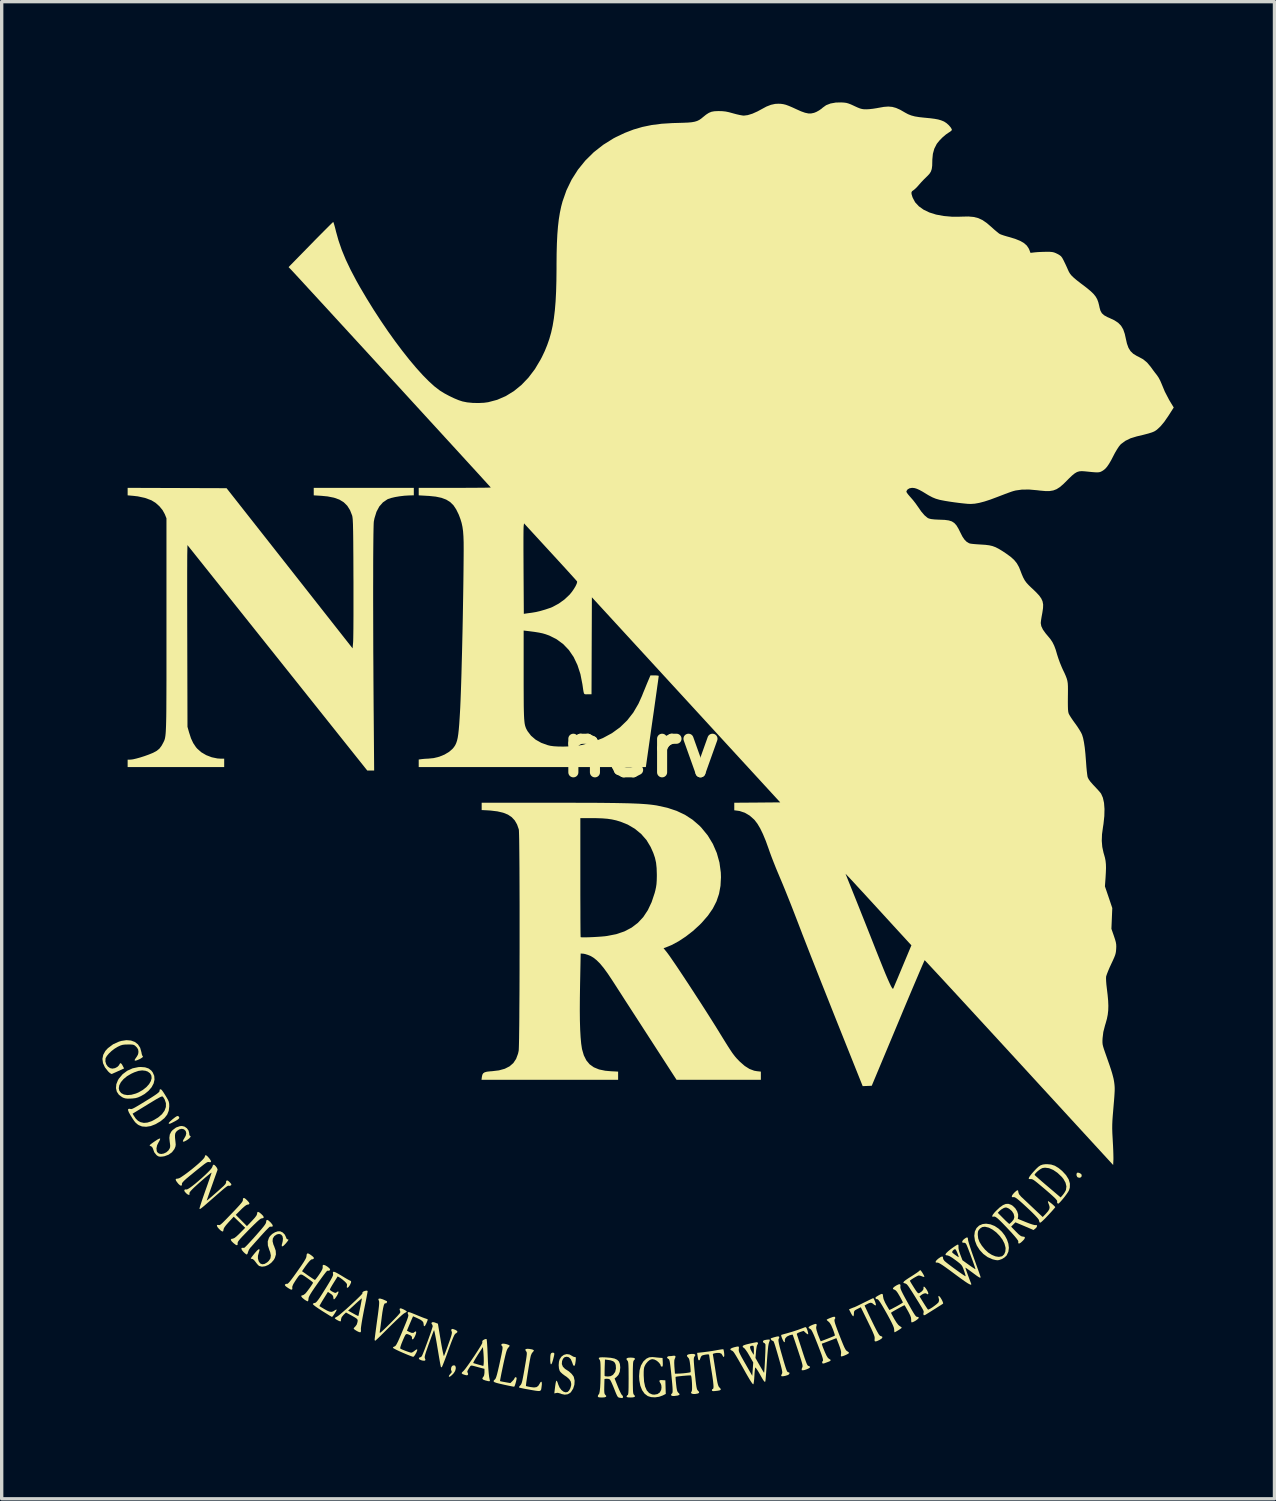
<source format=kicad_pcb>
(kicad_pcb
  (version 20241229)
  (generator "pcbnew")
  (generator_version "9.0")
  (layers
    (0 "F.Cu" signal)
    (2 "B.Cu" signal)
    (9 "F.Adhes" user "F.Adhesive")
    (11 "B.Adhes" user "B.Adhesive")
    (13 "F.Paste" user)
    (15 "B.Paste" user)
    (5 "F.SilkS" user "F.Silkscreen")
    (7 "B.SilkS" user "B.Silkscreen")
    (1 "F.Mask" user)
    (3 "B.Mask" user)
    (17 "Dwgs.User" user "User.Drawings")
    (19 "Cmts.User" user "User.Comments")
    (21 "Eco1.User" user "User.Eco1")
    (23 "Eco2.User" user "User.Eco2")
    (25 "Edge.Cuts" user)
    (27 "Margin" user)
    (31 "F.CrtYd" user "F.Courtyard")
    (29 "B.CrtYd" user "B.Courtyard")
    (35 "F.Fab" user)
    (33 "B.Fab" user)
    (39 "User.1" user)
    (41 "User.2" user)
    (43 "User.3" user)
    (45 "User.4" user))
  (footprint "nerv"
    (layer "F.Cu")
    (at 16.024 19.271)
    (property "Reference" "nerv" (at 0 0 0) (layer "F.SilkS") (effects (font (size 1.5 1.5) (thickness 0.3))))
    (attr board_only exclude_from_pos_files exclude_from_bom)
    (fp_poly (pts (xy 13.052 12.603) (xy 13.101 12.625) (xy 13.134 12.658) (xy 13.136 12.661) (xy 13.137 12.708) (xy 13.111 12.741) (xy 13.067 12.753) (xy 13.02 12.739) (xy 13.006 12.727) (xy 12.986 12.688) (xy 12.983 12.641) (xy 12.998 12.606) (xy 13.007 12.601)) (stroke (width 0) (type solid)) (fill yes) (layer "F.SilkS"))
    (fp_poly (pts (xy -2.585 17.964) (xy -2.57 17.975) (xy -2.567 18.004) (xy -2.576 18.057) (xy -2.597 18.142) (xy -2.601 18.158) (xy -2.628 18.248) (xy -2.65 18.299) (xy -2.669 18.309) (xy -2.681 18.278) (xy -2.688 18.207) (xy -2.688 18.173) (xy -2.686 18.076) (xy -2.678 18.013) (xy -2.662 17.978) (xy -2.635 17.963) (xy -2.613 17.961)) (stroke (width 0) (type solid)) (fill yes) (layer "F.SilkS"))
    (fp_poly (pts (xy -13.761 10.919) (xy -13.736 10.95) (xy -13.74 10.982) (xy -13.777 11.017) (xy -13.849 11.061) (xy -13.871 11.073) (xy -13.95 11.114) (xy -13.999 11.137) (xy -14.028 11.145) (xy -14.044 11.14) (xy -14.052 11.13) (xy -14.042 11.11) (xy -14.006 11.072) (xy -13.95 11.022) (xy -13.927 11.003) (xy -13.857 10.949) (xy -13.811 10.92) (xy -13.781 10.912)) (stroke (width 0) (type solid)) (fill yes) (layer "F.SilkS"))
    (fp_poly (pts (xy -5.521 18.35) (xy -5.503 18.389) (xy -5.503 18.443) (xy -5.521 18.506) (xy -5.56 18.568) (xy -5.566 18.576) (xy -5.624 18.635) (xy -5.67 18.671) (xy -5.7 18.68) (xy -5.709 18.664) (xy -5.695 18.631) (xy -5.661 18.59) (xy -5.657 18.587) (xy -5.624 18.547) (xy -5.623 18.517) (xy -5.628 18.511) (xy -5.644 18.465) (xy -5.638 18.407) (xy -5.614 18.36) (xy -5.603 18.351) (xy -5.554 18.335)) (stroke (width 0) (type solid)) (fill yes) (layer "F.SilkS"))
    (fp_poly (pts (xy -0.21 18.113) (xy -0.169 18.13) (xy -0.168 18.158) (xy -0.198 18.19) (xy -0.208 18.205) (xy -0.216 18.232) (xy -0.222 18.277) (xy -0.225 18.346) (xy -0.228 18.441) (xy -0.229 18.57) (xy -0.229 18.701) (xy -0.229 18.86) (xy -0.227 18.981) (xy -0.225 19.072) (xy -0.221 19.135) (xy -0.215 19.176) (xy -0.206 19.201) (xy -0.198 19.211) (xy -0.165 19.249) (xy -0.173 19.276) (xy -0.22 19.291) (xy -0.292 19.295) (xy -0.366 19.292) (xy -0.405 19.283) (xy -0.417 19.266) (xy -0.4 19.234) (xy -0.385 19.225) (xy -0.375 19.216) (xy -0.368 19.194) (xy -0.362 19.154) (xy -0.358 19.092) (xy -0.356 19.003) (xy -0.355 18.882) (xy -0.354 18.724) (xy -0.355 18.564) (xy -0.356 18.441) (xy -0.359 18.349) (xy -0.363 18.285) (xy -0.369 18.242) (xy -0.377 18.216) (xy -0.385 18.204) (xy -0.418 18.16) (xy -0.413 18.13) (xy -0.37 18.112) (xy -0.292 18.107)) (stroke (width 0) (type solid)) (fill yes) (layer "F.SilkS"))
    (fp_poly (pts (xy -12.904 12.105) (xy -12.849 12.165) (xy -12.849 12.165) (xy -12.802 12.23) (xy -12.788 12.271) (xy -12.806 12.289) (xy -12.844 12.286) (xy -12.863 12.282) (xy -12.883 12.283) (xy -12.907 12.292) (xy -12.94 12.311) (xy -12.987 12.344) (xy -13.051 12.394) (xy -13.137 12.462) (xy -13.25 12.553) (xy -13.309 12.601) (xy -13.429 12.699) (xy -13.52 12.775) (xy -13.584 12.833) (xy -13.626 12.877) (xy -13.65 12.909) (xy -13.658 12.934) (xy -13.655 12.953) (xy -13.663 12.979) (xy -13.677 12.988) (xy -13.71 12.979) (xy -13.758 12.937) (xy -13.783 12.907) (xy -13.83 12.844) (xy -13.844 12.803) (xy -13.826 12.782) (xy -13.776 12.777) (xy -13.775 12.777) (xy -13.737 12.765) (xy -13.675 12.729) (xy -13.594 12.674) (xy -13.5 12.606) (xy -13.399 12.528) (xy -13.297 12.446) (xy -13.2 12.364) (xy -13.114 12.287) (xy -13.044 12.219) (xy -12.997 12.166) (xy -12.977 12.132) (xy -12.977 12.132) (xy -12.966 12.089) (xy -12.942 12.079)) (stroke (width 0) (type solid)) (fill yes) (layer "F.SilkS"))
    (fp_poly (pts (xy -11.074 14.028) (xy -11.014 14.084) (xy -10.968 14.14) (xy -10.95 14.182) (xy -10.961 14.206) (xy -10.988 14.209) (xy -11.032 14.208) (xy -11.037 14.208) (xy -11.058 14.224) (xy -11.101 14.266) (xy -11.163 14.329) (xy -11.237 14.409) (xy -11.317 14.497) (xy -11.402 14.593) (xy -11.481 14.681) (xy -11.548 14.756) (xy -11.597 14.812) (xy -11.623 14.839) (xy -11.662 14.898) (xy -11.687 14.962) (xy -11.687 14.963) (xy -11.702 15.011) (xy -11.721 15.037) (xy -11.722 15.038) (xy -11.747 15.028) (xy -11.789 14.995) (xy -11.823 14.963) (xy -11.869 14.907) (xy -11.887 14.864) (xy -11.876 14.84) (xy -11.849 14.838) (xy -11.805 14.839) (xy -11.801 14.838) (xy -11.781 14.823) (xy -11.737 14.78) (xy -11.675 14.715) (xy -11.598 14.632) (xy -11.51 14.535) (xy -11.462 14.481) (xy -11.357 14.361) (xy -11.277 14.268) (xy -11.219 14.197) (xy -11.181 14.144) (xy -11.158 14.105) (xy -11.149 14.075) (xy -11.148 14.064) (xy -11.14 14.018) (xy -11.116 14.006)) (stroke (width 0) (type solid)) (fill yes) (layer "F.SilkS"))
    (fp_poly (pts (xy 4.129 17.488) (xy 4.132 17.523) (xy 4.125 17.533) (xy 4.112 17.553) (xy 4.107 17.584) (xy 4.111 17.63) (xy 4.123 17.698) (xy 4.145 17.791) (xy 4.178 17.915) (xy 4.221 18.065) (xy 4.264 18.216) (xy 4.299 18.332) (xy 4.326 18.417) (xy 4.347 18.476) (xy 4.364 18.514) (xy 4.38 18.535) (xy 4.395 18.543) (xy 4.408 18.545) (xy 4.435 18.557) (xy 4.435 18.585) (xy 4.411 18.614) (xy 4.388 18.627) (xy 4.318 18.649) (xy 4.253 18.662) (xy 4.207 18.663) (xy 4.188 18.651) (xy 4.188 18.651) (xy 4.198 18.616) (xy 4.213 18.587) (xy 4.22 18.568) (xy 4.221 18.536) (xy 4.214 18.488) (xy 4.198 18.418) (xy 4.173 18.321) (xy 4.137 18.192) (xy 4.118 18.124) (xy 4.073 17.967) (xy 4.037 17.845) (xy 4.01 17.755) (xy 3.989 17.691) (xy 3.973 17.648) (xy 3.961 17.623) (xy 3.949 17.611) (xy 3.938 17.607) (xy 3.931 17.607) (xy 3.905 17.593) (xy 3.883 17.564) (xy 3.878 17.538) (xy 3.88 17.534) (xy 3.902 17.526) (xy 3.951 17.51) (xy 4 17.496) (xy 4.07 17.478) (xy 4.111 17.476)) (stroke (width 0) (type solid)) (fill yes) (layer "F.SilkS"))
    (fp_poly (pts (xy -14.755 9.463) (xy -14.651 9.497) (xy -14.569 9.559) (xy -14.527 9.613) (xy -14.481 9.717) (xy -14.473 9.829) (xy -14.499 9.943) (xy -14.559 10.056) (xy -14.65 10.162) (xy -14.768 10.258) (xy -14.877 10.32) (xy -14.961 10.358) (xy -15.037 10.38) (xy -15.125 10.391) (xy -15.179 10.394) (xy -15.27 10.396) (xy -15.334 10.39) (xy -15.387 10.376) (xy -15.439 10.351) (xy -15.534 10.28) (xy -15.595 10.189) (xy -15.619 10.088) (xy -15.537 10.088) (xy -15.52 10.161) (xy -15.466 10.23) (xy -15.384 10.273) (xy -15.28 10.29) (xy -15.16 10.28) (xy -15.029 10.244) (xy -14.951 10.211) (xy -14.821 10.137) (xy -14.715 10.053) (xy -14.635 9.964) (xy -14.583 9.875) (xy -14.559 9.788) (xy -14.566 9.709) (xy -14.604 9.642) (xy -14.675 9.59) (xy -14.743 9.566) (xy -14.841 9.555) (xy -14.95 9.569) (xy -15.075 9.612) (xy -15.166 9.654) (xy -15.292 9.728) (xy -15.396 9.814) (xy -15.474 9.906) (xy -15.522 9.999) (xy -15.537 10.088) (xy -15.619 10.088) (xy -15.62 10.083) (xy -15.61 9.967) (xy -15.562 9.846) (xy -15.534 9.8) (xy -15.422 9.668) (xy -15.284 9.565) (xy -15.125 9.493) (xy -14.954 9.457) (xy -14.888 9.453)) (stroke (width 0) (type solid)) (fill yes) (layer "F.SilkS"))
    (fp_poly (pts (xy 11.245 13.135) (xy 11.252 13.179) (xy 11.252 13.184) (xy 11.272 13.242) (xy 11.33 13.311) (xy 11.331 13.313) (xy 11.372 13.351) (xy 11.437 13.412) (xy 11.519 13.489) (xy 11.611 13.576) (xy 11.694 13.654) (xy 11.977 13.921) (xy 12.073 13.821) (xy 12.139 13.745) (xy 12.175 13.683) (xy 12.183 13.625) (xy 12.166 13.561) (xy 12.158 13.542) (xy 12.138 13.489) (xy 12.132 13.453) (xy 12.134 13.447) (xy 12.153 13.454) (xy 12.192 13.482) (xy 12.242 13.521) (xy 12.292 13.564) (xy 12.331 13.602) (xy 12.351 13.626) (xy 12.339 13.645) (xy 12.303 13.687) (xy 12.248 13.75) (xy 12.178 13.826) (xy 12.131 13.876) (xy 12.042 13.97) (xy 11.976 14.034) (xy 11.931 14.073) (xy 11.903 14.09) (xy 11.888 14.086) (xy 11.887 14.085) (xy 11.869 14.039) (xy 11.865 14.014) (xy 11.85 13.986) (xy 11.809 13.936) (xy 11.747 13.869) (xy 11.67 13.791) (xy 11.625 13.747) (xy 11.488 13.618) (xy 11.378 13.517) (xy 11.291 13.44) (xy 11.224 13.385) (xy 11.174 13.349) (xy 11.138 13.331) (xy 11.113 13.328) (xy 11.109 13.329) (xy 11.067 13.33) (xy 11.055 13.308) (xy 11.072 13.266) (xy 11.119 13.208) (xy 11.128 13.199) (xy 11.187 13.144) (xy 11.225 13.123)) (stroke (width 0) (type solid)) (fill yes) (layer "F.SilkS"))
    (fp_poly (pts (xy 10.422 14.139) (xy 10.547 14.189) (xy 10.661 14.265) (xy 10.763 14.36) (xy 10.848 14.471) (xy 10.913 14.591) (xy 10.955 14.715) (xy 10.97 14.838) (xy 10.955 14.953) (xy 10.907 15.057) (xy 10.894 15.075) (xy 10.836 15.128) (xy 10.757 15.174) (xy 10.675 15.203) (xy 10.627 15.209) (xy 10.575 15.202) (xy 10.506 15.186) (xy 10.478 15.178) (xy 10.337 15.115) (xy 10.209 15.021) (xy 10.1 14.903) (xy 10.014 14.769) (xy 9.959 14.625) (xy 9.939 14.479) (xy 9.939 14.479) (xy 9.943 14.454) (xy 10.044 14.454) (xy 10.056 14.559) (xy 10.095 14.664) (xy 10.164 14.775) (xy 10.26 14.892) (xy 10.357 14.982) (xy 10.463 15.049) (xy 10.571 15.093) (xy 10.672 15.108) (xy 10.758 15.092) (xy 10.774 15.085) (xy 10.829 15.033) (xy 10.863 14.954) (xy 10.872 14.856) (xy 10.87 14.83) (xy 10.839 14.713) (xy 10.779 14.595) (xy 10.695 14.482) (xy 10.596 14.38) (xy 10.486 14.297) (xy 10.375 14.238) (xy 10.267 14.212) (xy 10.245 14.211) (xy 10.175 14.221) (xy 10.117 14.259) (xy 10.104 14.272) (xy 10.069 14.313) (xy 10.05 14.355) (xy 10.044 14.414) (xy 10.044 14.454) (xy 9.943 14.454) (xy 9.956 14.353) (xy 10.006 14.25) (xy 10.084 14.175) (xy 10.187 14.131) (xy 10.291 14.119)) (stroke (width 0) (type solid)) (fill yes) (layer "F.SilkS"))
    (fp_poly (pts (xy -3.309 17.849) (xy -3.226 17.864) (xy -3.183 17.883) (xy -3.176 17.906) (xy -3.202 17.935) (xy -3.237 17.979) (xy -3.264 18.041) (xy -3.268 18.055) (xy -3.28 18.11) (xy -3.296 18.191) (xy -3.314 18.293) (xy -3.333 18.407) (xy -3.352 18.526) (xy -3.371 18.643) (xy -3.387 18.751) (xy -3.401 18.843) (xy -3.409 18.911) (xy -3.412 18.948) (xy -3.412 18.953) (xy -3.388 18.961) (xy -3.335 18.973) (xy -3.273 18.985) (xy -3.171 18.997) (xy -3.099 18.987) (xy -3.047 18.952) (xy -3.008 18.891) (xy -3.008 18.891) (xy -2.977 18.838) (xy -2.953 18.824) (xy -2.94 18.848) (xy -2.938 18.906) (xy -2.946 18.973) (xy -2.953 19.025) (xy -2.961 19.064) (xy -2.977 19.088) (xy -3.004 19.101) (xy -3.05 19.102) (xy -3.121 19.094) (xy -3.222 19.077) (xy -3.339 19.056) (xy -3.44 19.038) (xy -3.525 19.021) (xy -3.587 19.007) (xy -3.617 18.997) (xy -3.618 18.996) (xy -3.614 18.975) (xy -3.586 18.94) (xy -3.581 18.936) (xy -3.564 18.916) (xy -3.549 18.889) (xy -3.534 18.849) (xy -3.519 18.791) (xy -3.502 18.709) (xy -3.481 18.597) (xy -3.455 18.451) (xy -3.451 18.424) (xy -3.425 18.274) (xy -3.406 18.16) (xy -3.394 18.076) (xy -3.387 18.016) (xy -3.386 17.976) (xy -3.389 17.95) (xy -3.397 17.932) (xy -3.408 17.918) (xy -3.432 17.878) (xy -3.417 17.853) (xy -3.367 17.845)) (stroke (width 0) (type solid)) (fill yes) (layer "F.SilkS"))
    (fp_poly (pts (xy 0.4 18.095) (xy 0.48 18.104) (xy 0.556 18.111) (xy 0.583 18.113) (xy 0.656 18.118) (xy 0.663 18.248) (xy 0.664 18.321) (xy 0.659 18.361) (xy 0.646 18.377) (xy 0.637 18.378) (xy 0.608 18.365) (xy 0.604 18.354) (xy 0.588 18.307) (xy 0.545 18.254) (xy 0.488 18.204) (xy 0.428 18.171) (xy 0.418 18.167) (xy 0.358 18.154) (xy 0.312 18.161) (xy 0.267 18.184) (xy 0.215 18.227) (xy 0.163 18.289) (xy 0.146 18.317) (xy 0.123 18.362) (xy 0.107 18.406) (xy 0.099 18.459) (xy 0.095 18.531) (xy 0.095 18.634) (xy 0.095 18.638) (xy 0.106 18.823) (xy 0.137 18.972) (xy 0.187 19.086) (xy 0.257 19.163) (xy 0.346 19.204) (xy 0.41 19.211) (xy 0.505 19.194) (xy 0.575 19.145) (xy 0.616 19.068) (xy 0.625 18.996) (xy 0.618 18.925) (xy 0.598 18.876) (xy 0.594 18.871) (xy 0.568 18.83) (xy 0.563 18.805) (xy 0.571 18.784) (xy 0.603 18.776) (xy 0.651 18.778) (xy 0.74 18.784) (xy 0.746 18.987) (xy 0.752 19.189) (xy 0.662 19.235) (xy 0.553 19.274) (xy 0.433 19.291) (xy 0.316 19.284) (xy 0.218 19.254) (xy 0.216 19.253) (xy 0.122 19.183) (xy 0.048 19.079) (xy -0.005 18.945) (xy -0.035 18.787) (xy -0.042 18.659) (xy -0.028 18.487) (xy 0.014 18.343) (xy 0.082 18.227) (xy 0.095 18.213) (xy 0.175 18.139) (xy 0.257 18.1) (xy 0.353 18.091)) (stroke (width 0) (type solid)) (fill yes) (layer "F.SilkS"))
    (fp_poly (pts (xy -4.044 17.696) (xy -3.983 17.71) (xy -3.93 17.729) (xy -3.9 17.747) (xy -3.896 17.753) (xy -3.91 17.78) (xy -3.942 17.818) (xy -3.944 17.82) (xy -3.961 17.844) (xy -3.979 17.883) (xy -3.999 17.941) (xy -4.021 18.025) (xy -4.048 18.138) (xy -4.081 18.286) (xy -4.091 18.333) (xy -4.119 18.467) (xy -4.144 18.586) (xy -4.163 18.685) (xy -4.177 18.758) (xy -4.183 18.799) (xy -4.183 18.807) (xy -4.16 18.814) (xy -4.107 18.825) (xy -4.035 18.838) (xy -4.026 18.84) (xy -3.876 18.866) (xy -3.813 18.805) (xy -3.774 18.762) (xy -3.752 18.725) (xy -3.751 18.718) (xy -3.734 18.694) (xy -3.719 18.691) (xy -3.692 18.704) (xy -3.689 18.717) (xy -3.695 18.766) (xy -3.709 18.829) (xy -3.727 18.893) (xy -3.746 18.946) (xy -3.76 18.972) (xy -3.762 18.974) (xy -3.789 18.971) (xy -3.848 18.96) (xy -3.932 18.943) (xy -4.034 18.921) (xy -4.084 18.91) (xy -4.208 18.882) (xy -4.295 18.859) (xy -4.349 18.839) (xy -4.373 18.819) (xy -4.373 18.797) (xy -4.352 18.772) (xy -4.333 18.756) (xy -4.316 18.732) (xy -4.297 18.686) (xy -4.275 18.614) (xy -4.249 18.511) (xy -4.217 18.373) (xy -4.199 18.292) (xy -4.165 18.134) (xy -4.139 18.012) (xy -4.122 17.921) (xy -4.111 17.856) (xy -4.108 17.813) (xy -4.11 17.786) (xy -4.118 17.77) (xy -4.126 17.763) (xy -4.147 17.733) (xy -4.136 17.704) (xy -4.1 17.691)) (stroke (width 0) (type solid)) (fill yes) (layer "F.SilkS"))
    (fp_poly (pts (xy -15.174 8.665) (xy -15.058 8.708) (xy -14.966 8.78) (xy -14.9 8.881) (xy -14.865 9.006) (xy -14.864 9.007) (xy -14.853 9.068) (xy -14.84 9.109) (xy -14.833 9.118) (xy -14.816 9.14) (xy -14.832 9.167) (xy -14.885 9.202) (xy -14.929 9.225) (xy -15.001 9.255) (xy -15.048 9.265) (xy -15.067 9.253) (xy -15.054 9.222) (xy -15.001 9.146) (xy -14.969 9.091) (xy -14.955 9.043) (xy -14.951 8.998) (xy -14.96 8.934) (xy -14.992 8.879) (xy -15.019 8.85) (xy -15.054 8.817) (xy -15.087 8.797) (xy -15.128 8.787) (xy -15.189 8.783) (xy -15.259 8.783) (xy -15.352 8.785) (xy -15.42 8.793) (xy -15.481 8.811) (xy -15.553 8.844) (xy -15.571 8.853) (xy -15.662 8.908) (xy -15.752 8.977) (xy -15.832 9.053) (xy -15.893 9.126) (xy -15.928 9.189) (xy -15.931 9.197) (xy -15.936 9.287) (xy -15.911 9.372) (xy -15.862 9.442) (xy -15.794 9.488) (xy -15.729 9.502) (xy -15.65 9.488) (xy -15.579 9.451) (xy -15.53 9.401) (xy -15.523 9.386) (xy -15.499 9.344) (xy -15.473 9.342) (xy -15.441 9.378) (xy -15.421 9.416) (xy -15.379 9.496) (xy -15.55 9.574) (xy -15.629 9.61) (xy -15.695 9.639) (xy -15.737 9.658) (xy -15.746 9.662) (xy -15.772 9.653) (xy -15.816 9.621) (xy -15.854 9.585) (xy -15.95 9.463) (xy -16.007 9.338) (xy -16.024 9.213) (xy -16 9.091) (xy -15.937 8.976) (xy -15.861 8.893) (xy -15.706 8.777) (xy -15.534 8.699) (xy -15.461 8.677) (xy -15.31 8.654)) (stroke (width 0) (type solid)) (fill yes) (layer "F.SilkS"))
    (fp_poly (pts (xy -2.113 18.015) (xy -2.051 18.05) (xy -2.002 18.079) (xy -1.96 18.091) (xy -1.956 18.09) (xy -1.936 18.092) (xy -1.927 18.11) (xy -1.927 18.156) (xy -1.931 18.205) (xy -1.945 18.296) (xy -1.962 18.346) (xy -1.984 18.355) (xy -2.009 18.324) (xy -2.035 18.25) (xy -2.038 18.241) (xy -2.077 18.153) (xy -2.133 18.098) (xy -2.198 18.081) (xy -2.261 18.095) (xy -2.307 18.141) (xy -2.336 18.21) (xy -2.343 18.299) (xy -2.311 18.38) (xy -2.246 18.445) (xy -2.225 18.458) (xy -2.133 18.518) (xy -2.053 18.59) (xy -1.998 18.662) (xy -1.987 18.684) (xy -1.962 18.795) (xy -1.969 18.914) (xy -2.005 19.03) (xy -2.069 19.131) (xy -2.096 19.159) (xy -2.168 19.199) (xy -2.256 19.211) (xy -2.348 19.193) (xy -2.382 19.178) (xy -2.463 19.156) (xy -2.504 19.16) (xy -2.567 19.174) (xy -2.554 19.063) (xy -2.54 18.95) (xy -2.528 18.872) (xy -2.518 18.825) (xy -2.509 18.801) (xy -2.5 18.795) (xy -2.485 18.813) (xy -2.465 18.86) (xy -2.451 18.905) (xy -2.411 18.998) (xy -2.356 19.072) (xy -2.292 19.122) (xy -2.227 19.142) (xy -2.171 19.13) (xy -2.127 19.088) (xy -2.09 19.02) (xy -2.067 18.941) (xy -2.063 18.893) (xy -2.077 18.82) (xy -2.121 18.751) (xy -2.199 18.681) (xy -2.262 18.639) (xy -2.327 18.59) (xy -2.381 18.539) (xy -2.406 18.505) (xy -2.429 18.429) (xy -2.437 18.332) (xy -2.429 18.234) (xy -2.409 18.162) (xy -2.356 18.08) (xy -2.283 18.026) (xy -2.199 18.003)) (stroke (width 0) (type solid)) (fill yes) (layer "F.SilkS"))
    (fp_poly (pts (xy 6.946 16.354) (xy 6.967 16.397) (xy 6.989 16.453) (xy 7.005 16.506) (xy 7.011 16.542) (xy 7.009 16.548) (xy 6.987 16.551) (xy 6.952 16.528) (xy 6.9 16.486) (xy 6.857 16.473) (xy 6.808 16.485) (xy 6.767 16.504) (xy 6.714 16.532) (xy 6.68 16.55) (xy 6.673 16.554) (xy 6.68 16.573) (xy 6.703 16.625) (xy 6.74 16.703) (xy 6.787 16.804) (xy 6.843 16.921) (xy 6.885 17.008) (xy 6.956 17.154) (xy 7.012 17.265) (xy 7.056 17.347) (xy 7.089 17.404) (xy 7.115 17.44) (xy 7.135 17.459) (xy 7.151 17.465) (xy 7.195 17.481) (xy 7.203 17.51) (xy 7.175 17.545) (xy 7.116 17.582) (xy 7.049 17.613) (xy 7.009 17.626) (xy 6.986 17.623) (xy 6.975 17.616) (xy 6.969 17.589) (xy 6.973 17.54) (xy 6.973 17.537) (xy 6.973 17.509) (xy 6.965 17.469) (xy 6.945 17.414) (xy 6.913 17.337) (xy 6.867 17.236) (xy 6.803 17.105) (xy 6.772 17.04) (xy 6.56 16.608) (xy 6.457 16.66) (xy 6.398 16.692) (xy 6.368 16.719) (xy 6.357 16.754) (xy 6.355 16.795) (xy 6.351 16.847) (xy 6.339 16.876) (xy 6.335 16.878) (xy 6.315 16.861) (xy 6.285 16.817) (xy 6.262 16.774) (xy 6.209 16.67) (xy 6.285 16.638) (xy 6.335 16.618) (xy 6.366 16.608) (xy 6.37 16.607) (xy 6.39 16.598) (xy 6.442 16.574) (xy 6.517 16.537) (xy 6.608 16.492) (xy 6.65 16.471) (xy 6.747 16.424) (xy 6.829 16.383) (xy 6.892 16.353) (xy 6.926 16.338) (xy 6.931 16.336)) (stroke (width 0) (type solid)) (fill yes) (layer "F.SilkS"))
    (fp_poly (pts (xy 12.227 12.358) (xy 12.338 12.394) (xy 12.449 12.461) (xy 12.556 12.549) (xy 12.672 12.674) (xy 12.75 12.8) (xy 12.787 12.924) (xy 12.784 13.047) (xy 12.758 13.129) (xy 12.731 13.177) (xy 12.687 13.241) (xy 12.633 13.314) (xy 12.575 13.386) (xy 12.52 13.45) (xy 12.474 13.498) (xy 12.444 13.522) (xy 12.439 13.523) (xy 12.412 13.508) (xy 12.409 13.504) (xy 12.406 13.47) (xy 12.409 13.455) (xy 12.405 13.434) (xy 12.38 13.4) (xy 12.333 13.349) (xy 12.26 13.281) (xy 12.161 13.193) (xy 12.032 13.082) (xy 11.902 12.973) (xy 11.812 12.898) (xy 11.747 12.847) (xy 11.7 12.814) (xy 11.665 12.797) (xy 11.635 12.791) (xy 11.603 12.792) (xy 11.603 12.792) (xy 11.568 12.789) (xy 11.56 12.766) (xy 11.581 12.723) (xy 11.621 12.669) (xy 11.736 12.669) (xy 11.753 12.686) (xy 11.797 12.726) (xy 11.864 12.785) (xy 11.95 12.86) (xy 12.05 12.946) (xy 12.127 13.011) (xy 12.512 13.338) (xy 12.58 13.259) (xy 12.626 13.196) (xy 12.662 13.132) (xy 12.67 13.111) (xy 12.683 13.009) (xy 12.657 12.9) (xy 12.595 12.788) (xy 12.541 12.722) (xy 12.417 12.605) (xy 12.291 12.519) (xy 12.166 12.467) (xy 12.047 12.452) (xy 11.973 12.462) (xy 11.926 12.484) (xy 11.87 12.522) (xy 11.814 12.568) (xy 11.767 12.615) (xy 11.739 12.652) (xy 11.736 12.669) (xy 11.621 12.669) (xy 11.63 12.656) (xy 11.69 12.586) (xy 11.778 12.491) (xy 11.849 12.424) (xy 11.914 12.381) (xy 11.981 12.358) (xy 12.057 12.348) (xy 12.106 12.347)) (stroke (width 0) (type solid)) (fill yes) (layer "F.SilkS"))
    (fp_poly (pts (xy -7.745 16.351) (xy -7.674 16.372) (xy -7.581 16.414) (xy -7.548 16.431) (xy -7.549 16.45) (xy -7.555 16.468) (xy -7.574 16.492) (xy -7.585 16.492) (xy -7.608 16.488) (xy -7.628 16.509) (xy -7.647 16.558) (xy -7.666 16.639) (xy -7.686 16.754) (xy -7.707 16.907) (xy -7.707 16.911) (xy -7.723 17.036) (xy -7.738 17.15) (xy -7.751 17.246) (xy -7.761 17.315) (xy -7.766 17.347) (xy -7.766 17.364) (xy -7.757 17.368) (xy -7.734 17.355) (xy -7.695 17.322) (xy -7.636 17.267) (xy -7.553 17.187) (xy -7.472 17.107) (xy -7.38 17.014) (xy -7.297 16.929) (xy -7.229 16.857) (xy -7.181 16.802) (xy -7.157 16.771) (xy -7.155 16.767) (xy -7.156 16.723) (xy -7.165 16.704) (xy -7.175 16.667) (xy -7.17 16.652) (xy -7.151 16.64) (xy -7.115 16.647) (xy -7.056 16.672) (xy -7.002 16.702) (xy -6.966 16.726) (xy -6.959 16.736) (xy -6.977 16.754) (xy -7.019 16.778) (xy -7.027 16.782) (xy -7.06 16.804) (xy -7.117 16.852) (xy -7.193 16.921) (xy -7.285 17.008) (xy -7.388 17.107) (xy -7.491 17.209) (xy -7.596 17.314) (xy -7.692 17.409) (xy -7.774 17.49) (xy -7.839 17.552) (xy -7.883 17.592) (xy -7.902 17.607) (xy -7.902 17.607) (xy -7.916 17.59) (xy -7.918 17.571) (xy -7.915 17.541) (xy -7.907 17.476) (xy -7.895 17.382) (xy -7.879 17.263) (xy -7.861 17.127) (xy -7.843 16.994) (xy -7.819 16.823) (xy -7.802 16.688) (xy -7.79 16.586) (xy -7.784 16.512) (xy -7.783 16.461) (xy -7.786 16.428) (xy -7.792 16.413) (xy -7.808 16.371) (xy -7.791 16.351)) (stroke (width 0) (type solid)) (fill yes) (layer "F.SilkS"))
    (fp_poly (pts (xy 2.468 17.859) (xy 2.475 17.883) (xy 2.485 17.935) (xy 2.491 17.977) (xy 2.495 18.045) (xy 2.487 18.083) (xy 2.47 18.088) (xy 2.447 18.056) (xy 2.439 18.036) (xy 2.407 17.99) (xy 2.351 17.969) (xy 2.267 17.969) (xy 2.24 17.973) (xy 2.181 17.985) (xy 2.155 18.001) (xy 2.155 18.021) (xy 2.161 18.051) (xy 2.172 18.116) (xy 2.187 18.208) (xy 2.205 18.323) (xy 2.225 18.452) (xy 2.233 18.503) (xy 2.256 18.653) (xy 2.275 18.768) (xy 2.291 18.852) (xy 2.306 18.912) (xy 2.32 18.952) (xy 2.334 18.979) (xy 2.349 18.995) (xy 2.387 19.038) (xy 2.389 19.066) (xy 2.354 19.084) (xy 2.3 19.094) (xy 2.213 19.104) (xy 2.16 19.106) (xy 2.133 19.097) (xy 2.125 19.078) (xy 2.125 19.076) (xy 2.136 19.048) (xy 2.145 19.045) (xy 2.161 19.038) (xy 2.171 19.014) (xy 2.174 18.97) (xy 2.17 18.902) (xy 2.16 18.804) (xy 2.142 18.674) (xy 2.116 18.507) (xy 2.115 18.503) (xy 2.094 18.368) (xy 2.075 18.247) (xy 2.06 18.146) (xy 2.049 18.071) (xy 2.043 18.028) (xy 2.042 18.02) (xy 2.024 18.013) (xy 1.98 18.013) (xy 1.923 18.021) (xy 1.867 18.034) (xy 1.83 18.047) (xy 1.801 18.079) (xy 1.782 18.128) (xy 1.764 18.176) (xy 1.741 18.191) (xy 1.723 18.175) (xy 1.715 18.146) (xy 1.705 18.092) (xy 1.7 18.063) (xy 1.686 17.967) (xy 1.89 17.944) (xy 2.007 17.929) (xy 2.135 17.91) (xy 2.251 17.89) (xy 2.276 17.885) (xy 2.358 17.871) (xy 2.423 17.861) (xy 2.462 17.858)) (stroke (width 0) (type solid)) (fill yes) (layer "F.SilkS"))
    (fp_poly (pts (xy -14.266 10.13) (xy -14.239 10.162) (xy -14.201 10.217) (xy -14.148 10.302) (xy -14.115 10.356) (xy -14.072 10.432) (xy -14.047 10.491) (xy -14.036 10.551) (xy -14.034 10.627) (xy -14.049 10.756) (xy -14.096 10.872) (xy -14.177 10.975) (xy -14.295 11.071) (xy -14.448 11.159) (xy -14.587 11.213) (xy -14.722 11.234) (xy -14.845 11.224) (xy -14.944 11.184) (xy -14.992 11.151) (xy -15.034 11.114) (xy -15.076 11.063) (xy -15.125 10.991) (xy -15.188 10.89) (xy -15.188 10.89) (xy -15.215 10.843) (xy -15.125 10.843) (xy -15.091 10.902) (xy -15.028 10.995) (xy -14.964 11.056) (xy -14.892 11.095) (xy -14.888 11.097) (xy -14.789 11.118) (xy -14.684 11.109) (xy -14.564 11.069) (xy -14.516 11.046) (xy -14.366 10.958) (xy -14.251 10.86) (xy -14.174 10.754) (xy -14.134 10.644) (xy -14.133 10.531) (xy -14.171 10.417) (xy -14.216 10.347) (xy -14.227 10.336) (xy -14.242 10.33) (xy -14.264 10.334) (xy -14.299 10.348) (xy -14.351 10.375) (xy -14.424 10.416) (xy -14.522 10.475) (xy -14.651 10.553) (xy -14.686 10.575) (xy -15.125 10.843) (xy -15.215 10.843) (xy -15.239 10.799) (xy -15.261 10.738) (xy -15.256 10.705) (xy -15.222 10.697) (xy -15.203 10.701) (xy -15.183 10.705) (xy -15.163 10.706) (xy -15.139 10.7) (xy -15.106 10.686) (xy -15.058 10.661) (xy -14.992 10.623) (xy -14.901 10.569) (xy -14.782 10.496) (xy -14.72 10.458) (xy -14.581 10.372) (xy -14.476 10.304) (xy -14.4 10.251) (xy -14.351 10.211) (xy -14.326 10.182) (xy -14.32 10.159) (xy -14.323 10.151) (xy -14.318 10.128) (xy -14.305 10.119) (xy -14.287 10.118)) (stroke (width 0) (type solid)) (fill yes) (layer "F.SilkS"))
    (fp_poly (pts (xy 4.944 17.227) (xy 4.967 17.286) (xy 4.97 17.294) (xy 4.987 17.356) (xy 4.994 17.4) (xy 4.992 17.414) (xy 4.971 17.409) (xy 4.933 17.382) (xy 4.919 17.369) (xy 4.858 17.311) (xy 4.751 17.346) (xy 4.684 17.374) (xy 4.655 17.398) (xy 4.655 17.411) (xy 4.664 17.439) (xy 4.685 17.5) (xy 4.713 17.588) (xy 4.749 17.697) (xy 4.789 17.819) (xy 4.8 17.854) (xy 4.85 18.009) (xy 4.89 18.129) (xy 4.922 18.218) (xy 4.946 18.281) (xy 4.966 18.322) (xy 4.982 18.345) (xy 4.998 18.355) (xy 5.01 18.357) (xy 5.042 18.374) (xy 5.049 18.387) (xy 5.038 18.408) (xy 4.998 18.434) (xy 4.942 18.458) (xy 4.883 18.477) (xy 4.832 18.486) (xy 4.802 18.481) (xy 4.801 18.479) (xy 4.8 18.446) (xy 4.815 18.406) (xy 4.823 18.386) (xy 4.826 18.361) (xy 4.822 18.325) (xy 4.81 18.273) (xy 4.789 18.2) (xy 4.758 18.1) (xy 4.715 17.969) (xy 4.69 17.892) (xy 4.646 17.761) (xy 4.607 17.644) (xy 4.574 17.546) (xy 4.549 17.474) (xy 4.535 17.432) (xy 4.531 17.423) (xy 4.51 17.425) (xy 4.463 17.436) (xy 4.438 17.443) (xy 4.362 17.479) (xy 4.313 17.53) (xy 4.296 17.587) (xy 4.298 17.607) (xy 4.297 17.642) (xy 4.282 17.649) (xy 4.264 17.631) (xy 4.24 17.588) (xy 4.215 17.533) (xy 4.196 17.48) (xy 4.189 17.442) (xy 4.191 17.432) (xy 4.213 17.425) (xy 4.266 17.409) (xy 4.34 17.389) (xy 4.376 17.379) (xy 4.513 17.339) (xy 4.666 17.289) (xy 4.815 17.235) (xy 4.9 17.202) (xy 4.923 17.202)) (stroke (width 0) (type solid)) (fill yes) (layer "F.SilkS"))
    (fp_poly (pts (xy -10.656 14.381) (xy -10.594 14.444) (xy -10.558 14.519) (xy -10.557 14.524) (xy -10.538 14.57) (xy -10.513 14.586) (xy -10.49 14.589) (xy -10.485 14.602) (xy -10.502 14.631) (xy -10.543 14.683) (xy -10.568 14.713) (xy -10.624 14.771) (xy -10.663 14.796) (xy -10.683 14.788) (xy -10.682 14.746) (xy -10.671 14.709) (xy -10.655 14.64) (xy -10.648 14.566) (xy -10.648 14.562) (xy -10.663 14.489) (xy -10.704 14.442) (xy -10.762 14.425) (xy -10.829 14.438) (xy -10.898 14.484) (xy -10.91 14.496) (xy -10.95 14.561) (xy -10.957 14.641) (xy -10.933 14.739) (xy -10.908 14.797) (xy -10.864 14.922) (xy -10.857 15.034) (xy -10.888 15.139) (xy -10.924 15.202) (xy -10.997 15.285) (xy -11.086 15.349) (xy -11.181 15.388) (xy -11.273 15.4) (xy -11.353 15.38) (xy -11.361 15.376) (xy -11.393 15.347) (xy -11.435 15.297) (xy -11.461 15.262) (xy -11.509 15.203) (xy -11.552 15.172) (xy -11.565 15.169) (xy -11.599 15.163) (xy -11.606 15.156) (xy -11.594 15.135) (xy -11.561 15.09) (xy -11.513 15.029) (xy -11.488 14.999) (xy -11.423 14.924) (xy -11.377 14.884) (xy -11.351 14.879) (xy -11.346 14.909) (xy -11.364 14.973) (xy -11.366 14.98) (xy -11.392 15.075) (xy -11.394 15.154) (xy -11.371 15.235) (xy -11.368 15.242) (xy -11.325 15.303) (xy -11.266 15.328) (xy -11.196 15.318) (xy -11.118 15.272) (xy -11.069 15.226) (xy -11.021 15.153) (xy -11.008 15.067) (xy -11.029 14.965) (xy -11.054 14.901) (xy -11.097 14.768) (xy -11.101 14.648) (xy -11.065 14.539) (xy -11.033 14.49) (xy -10.967 14.425) (xy -10.885 14.375) (xy -10.801 14.347) (xy -10.731 14.346)) (stroke (width 0) (type solid)) (fill yes) (layer "F.SilkS"))
    (fp_poly (pts (xy -13.578 11.229) (xy -13.508 11.279) (xy -13.459 11.348) (xy -13.44 11.427) (xy -13.435 11.476) (xy -13.422 11.501) (xy -13.419 11.502) (xy -13.396 11.512) (xy -13.404 11.54) (xy -13.438 11.579) (xy -13.495 11.623) (xy -13.501 11.626) (xy -13.573 11.667) (xy -13.616 11.679) (xy -13.629 11.663) (xy -13.613 11.62) (xy -13.594 11.591) (xy -13.544 11.502) (xy -13.527 11.429) (xy -13.542 11.366) (xy -13.547 11.357) (xy -13.594 11.31) (xy -13.659 11.294) (xy -13.732 11.31) (xy -13.796 11.352) (xy -13.832 11.389) (xy -13.854 11.43) (xy -13.863 11.483) (xy -13.862 11.557) (xy -13.851 11.661) (xy -13.848 11.689) (xy -13.841 11.766) (xy -13.85 11.825) (xy -13.876 11.887) (xy -13.881 11.898) (xy -13.953 11.993) (xy -14.055 12.066) (xy -14.177 12.111) (xy -14.235 12.12) (xy -14.304 12.125) (xy -14.351 12.117) (xy -14.392 12.094) (xy -14.415 12.075) (xy -14.48 11.994) (xy -14.505 11.925) (xy -14.53 11.858) (xy -14.564 11.821) (xy -14.582 11.812) (xy -14.607 11.802) (xy -14.618 11.791) (xy -14.61 11.775) (xy -14.579 11.748) (xy -14.522 11.706) (xy -14.457 11.661) (xy -14.39 11.617) (xy -14.337 11.589) (xy -14.308 11.582) (xy -14.305 11.584) (xy -14.308 11.612) (xy -14.33 11.66) (xy -14.347 11.687) (xy -14.395 11.782) (xy -14.415 11.876) (xy -14.406 11.958) (xy -14.39 11.991) (xy -14.341 12.031) (xy -14.274 12.044) (xy -14.199 12.031) (xy -14.124 11.996) (xy -14.06 11.941) (xy -14.025 11.887) (xy -14.009 11.844) (xy -14.006 11.793) (xy -14.014 11.722) (xy -14.019 11.688) (xy -14.031 11.564) (xy -14.018 11.465) (xy -13.977 11.382) (xy -13.934 11.333) (xy -13.83 11.255) (xy -13.715 11.215) (xy -13.657 11.21)) (stroke (width 0) (type solid)) (fill yes) (layer "F.SilkS"))
    (fp_poly (pts (xy 11.038 13.558) (xy 11.084 13.587) (xy 11.16 13.66) (xy 11.215 13.749) (xy 11.245 13.842) (xy 11.245 13.908) (xy 11.235 13.975) (xy 11.481 14.075) (xy 11.58 14.113) (xy 11.665 14.142) (xy 11.728 14.159) (xy 11.761 14.162) (xy 11.761 14.162) (xy 11.796 14.16) (xy 11.809 14.182) (xy 11.799 14.219) (xy 11.766 14.258) (xy 11.762 14.261) (xy 11.704 14.308) (xy 11.435 14.193) (xy 11.165 14.079) (xy 11.101 14.143) (xy 11.037 14.208) (xy 11.179 14.355) (xy 11.253 14.429) (xy 11.308 14.474) (xy 11.35 14.497) (xy 11.379 14.502) (xy 11.432 14.511) (xy 11.449 14.536) (xy 11.429 14.579) (xy 11.385 14.629) (xy 11.326 14.683) (xy 11.281 14.709) (xy 11.254 14.706) (xy 11.249 14.695) (xy 11.249 14.663) (xy 11.251 14.643) (xy 11.238 14.616) (xy 11.201 14.565) (xy 11.142 14.493) (xy 11.067 14.408) (xy 11.006 14.341) (xy 10.88 14.207) (xy 10.778 14.101) (xy 10.698 14.022) (xy 10.636 13.965) (xy 10.589 13.929) (xy 10.555 13.91) (xy 10.529 13.907) (xy 10.524 13.908) (xy 10.482 13.913) (xy 10.472 13.894) (xy 10.491 13.852) (xy 10.535 13.795) (xy 10.639 13.795) (xy 10.804 13.961) (xy 10.871 14.028) (xy 10.928 14.081) (xy 10.967 14.116) (xy 10.982 14.127) (xy 11.002 14.114) (xy 11.04 14.079) (xy 11.062 14.056) (xy 11.11 13.996) (xy 11.13 13.937) (xy 11.131 13.91) (xy 11.112 13.825) (xy 11.06 13.744) (xy 10.983 13.678) (xy 10.951 13.66) (xy 10.899 13.639) (xy 10.86 13.638) (xy 10.811 13.656) (xy 10.806 13.659) (xy 10.743 13.697) (xy 10.689 13.742) (xy 10.688 13.744) (xy 10.639 13.795) (xy 10.535 13.795) (xy 10.54 13.789) (xy 10.588 13.738) (xy 10.698 13.634) (xy 10.794 13.566) (xy 10.879 13.531) (xy 10.959 13.529)) (stroke (width 0) (type solid)) (fill yes) (layer "F.SilkS"))
    (fp_poly (pts (xy -11.761 13.381) (xy -11.712 13.427) (xy -11.661 13.485) (xy -11.645 13.523) (xy -11.663 13.545) (xy -11.716 13.555) (xy -11.717 13.555) (xy -11.747 13.57) (xy -11.798 13.609) (xy -11.861 13.665) (xy -11.904 13.707) (xy -12.053 13.856) (xy -11.887 14.024) (xy -11.721 14.192) (xy -11.57 14.035) (xy -11.489 13.946) (xy -11.439 13.88) (xy -11.419 13.834) (xy -11.419 13.827) (xy -11.412 13.781) (xy -11.39 13.767) (xy -11.349 13.786) (xy -11.292 13.832) (xy -11.237 13.889) (xy -11.219 13.93) (xy -11.238 13.954) (xy -11.281 13.961) (xy -11.309 13.971) (xy -11.355 14.005) (xy -11.422 14.064) (xy -11.512 14.15) (xy -11.627 14.264) (xy -11.666 14.304) (xy -11.776 14.417) (xy -11.86 14.504) (xy -11.921 14.571) (xy -11.961 14.62) (xy -11.986 14.656) (xy -11.996 14.683) (xy -11.998 14.703) (xy -11.999 14.749) (xy -12.02 14.762) (xy -12.061 14.744) (xy -12.125 14.694) (xy -12.182 14.637) (xy -12.201 14.596) (xy -12.183 14.572) (xy -12.139 14.565) (xy -12.097 14.548) (xy -12.031 14.498) (xy -11.941 14.413) (xy -11.932 14.403) (xy -11.772 14.242) (xy -11.943 14.076) (xy -12.114 13.911) (xy -12.266 14.076) (xy -12.342 14.162) (xy -12.39 14.227) (xy -12.414 14.274) (xy -12.418 14.299) (xy -12.427 14.343) (xy -12.452 14.353) (xy -12.497 14.327) (xy -12.552 14.275) (xy -12.598 14.22) (xy -12.616 14.178) (xy -12.606 14.156) (xy -12.567 14.158) (xy -12.564 14.159) (xy -12.549 14.162) (xy -12.534 14.16) (xy -12.513 14.15) (xy -12.485 14.128) (xy -12.444 14.092) (xy -12.389 14.037) (xy -12.315 13.962) (xy -12.219 13.862) (xy -12.117 13.756) (xy -12.012 13.645) (xy -11.934 13.559) (xy -11.881 13.496) (xy -11.851 13.452) (xy -11.841 13.424) (xy -11.841 13.418) (xy -11.839 13.376) (xy -11.826 13.358) (xy -11.801 13.355)) (stroke (width 0) (type solid)) (fill yes) (layer "F.SilkS"))
    (fp_poly (pts (xy -8.127 16.125) (xy -8.126 16.132) (xy -8.13 16.16) (xy -8.142 16.223) (xy -8.159 16.314) (xy -8.181 16.43) (xy -8.208 16.562) (xy -8.232 16.681) (xy -8.26 16.826) (xy -8.285 16.961) (xy -8.305 17.079) (xy -8.319 17.173) (xy -8.327 17.239) (xy -8.327 17.265) (xy -8.324 17.325) (xy -8.339 17.353) (xy -8.378 17.349) (xy -8.444 17.318) (xy -8.499 17.284) (xy -8.535 17.255) (xy -8.543 17.243) (xy -8.528 17.217) (xy -8.494 17.182) (xy -8.493 17.181) (xy -8.449 17.12) (xy -8.429 17.052) (xy -8.423 17.015) (xy -8.424 16.987) (xy -8.437 16.963) (xy -8.466 16.937) (xy -8.518 16.904) (xy -8.597 16.859) (xy -8.662 16.824) (xy -8.771 16.764) (xy -8.844 16.835) (xy -8.899 16.903) (xy -8.918 16.962) (xy -8.922 17.007) (xy -8.93 17.028) (xy -8.953 17.026) (xy -8.997 17.008) (xy -9.046 16.982) (xy -9.087 16.955) (xy -9.105 16.935) (xy -9.105 16.934) (xy -9.088 16.916) (xy -9.047 16.893) (xy -9.042 16.89) (xy -9.01 16.87) (xy -8.955 16.827) (xy -8.884 16.766) (xy -8.818 16.709) (xy -8.708 16.709) (xy -8.558 16.792) (xy -8.489 16.83) (xy -8.435 16.857) (xy -8.406 16.869) (xy -8.403 16.87) (xy -8.397 16.848) (xy -8.385 16.794) (xy -8.368 16.715) (xy -8.348 16.619) (xy -8.345 16.607) (xy -8.326 16.509) (xy -8.311 16.428) (xy -8.301 16.37) (xy -8.298 16.345) (xy -8.299 16.344) (xy -8.315 16.355) (xy -8.356 16.39) (xy -8.417 16.442) (xy -8.49 16.508) (xy -8.506 16.524) (xy -8.708 16.709) (xy -8.818 16.709) (xy -8.799 16.693) (xy -8.707 16.611) (xy -8.613 16.525) (xy -8.522 16.44) (xy -8.439 16.361) (xy -8.368 16.292) (xy -8.315 16.238) (xy -8.285 16.203) (xy -8.281 16.193) (xy -8.28 16.162) (xy -8.244 16.134) (xy -8.194 16.118) (xy -8.146 16.112)) (stroke (width 0) (type solid)) (fill yes) (layer "F.SilkS"))
    (fp_poly (pts (xy -4.585 17.554) (xy -4.58 17.577) (xy -4.573 17.635) (xy -4.567 17.723) (xy -4.56 17.833) (xy -4.555 17.959) (xy -4.553 17.997) (xy -4.544 18.228) (xy -4.533 18.418) (xy -4.521 18.569) (xy -4.508 18.682) (xy -4.493 18.757) (xy -4.49 18.769) (xy -4.484 18.798) (xy -4.494 18.811) (xy -4.528 18.81) (xy -4.591 18.795) (xy -4.626 18.786) (xy -4.688 18.762) (xy -4.711 18.734) (xy -4.696 18.698) (xy -4.677 18.676) (xy -4.657 18.633) (xy -4.647 18.562) (xy -4.647 18.544) (xy -4.647 18.442) (xy -4.735 18.419) (xy -4.809 18.4) (xy -4.896 18.376) (xy -4.936 18.365) (xy -5.003 18.348) (xy -5.042 18.345) (xy -5.063 18.356) (xy -5.067 18.361) (xy -5.117 18.438) (xy -5.146 18.489) (xy -5.158 18.52) (xy -5.156 18.541) (xy -5.148 18.553) (xy -5.134 18.594) (xy -5.137 18.613) (xy -5.153 18.632) (xy -5.187 18.633) (xy -5.226 18.624) (xy -5.295 18.601) (xy -5.325 18.577) (xy -5.317 18.548) (xy -5.279 18.513) (xy -5.251 18.483) (xy -5.205 18.425) (xy -5.147 18.346) (xy -5.092 18.268) (xy -4.982 18.268) (xy -4.981 18.27) (xy -4.948 18.28) (xy -4.891 18.297) (xy -4.823 18.317) (xy -4.757 18.335) (xy -4.706 18.349) (xy -4.683 18.355) (xy -4.676 18.337) (xy -4.67 18.287) (xy -4.667 18.216) (xy -4.667 18.204) (xy -4.669 18.103) (xy -4.675 17.997) (xy -4.681 17.922) (xy -4.694 17.793) (xy -4.847 18.028) (xy -4.901 18.115) (xy -4.944 18.188) (xy -4.972 18.241) (xy -4.982 18.268) (xy -5.092 18.268) (xy -5.081 18.252) (xy -5.01 18.148) (xy -4.938 18.042) (xy -4.87 17.937) (xy -4.809 17.842) (xy -4.759 17.761) (xy -4.725 17.701) (xy -4.711 17.668) (xy -4.711 17.665) (xy -4.712 17.622) (xy -4.712 17.616) (xy -4.692 17.591) (xy -4.651 17.567) (xy -4.608 17.553)) (stroke (width 0) (type solid)) (fill yes) (layer "F.SilkS"))
    (fp_poly (pts (xy -1.037 18.101) (xy -0.888 18.113) (xy -0.776 18.135) (xy -0.696 18.172) (xy -0.643 18.225) (xy -0.614 18.298) (xy -0.604 18.394) (xy -0.604 18.409) (xy -0.618 18.53) (xy -0.659 18.624) (xy -0.719 18.687) (xy -0.772 18.729) (xy -0.675 18.972) (xy -0.636 19.065) (xy -0.599 19.144) (xy -0.57 19.2) (xy -0.55 19.225) (xy -0.549 19.226) (xy -0.527 19.249) (xy -0.522 19.283) (xy -0.533 19.309) (xy -0.547 19.313) (xy -0.586 19.307) (xy -0.629 19.301) (xy -0.654 19.294) (xy -0.675 19.277) (xy -0.697 19.244) (xy -0.723 19.188) (xy -0.758 19.104) (xy -0.783 19.038) (xy -0.823 18.941) (xy -0.86 18.856) (xy -0.891 18.793) (xy -0.913 18.759) (xy -0.915 18.757) (xy -0.959 18.74) (xy -1.011 18.737) (xy -1.073 18.743) (xy -1.079 18.964) (xy -1.081 19.067) (xy -1.078 19.137) (xy -1.071 19.181) (xy -1.059 19.205) (xy -1.053 19.211) (xy -1.02 19.249) (xy -1.027 19.275) (xy -1.073 19.291) (xy -1.146 19.295) (xy -1.216 19.293) (xy -1.254 19.286) (xy -1.269 19.271) (xy -1.271 19.255) (xy -1.26 19.218) (xy -1.246 19.207) (xy -1.229 19.18) (xy -1.215 19.114) (xy -1.203 19.009) (xy -1.195 18.869) (xy -1.19 18.694) (xy -1.189 18.577) (xy -1.07 18.577) (xy -1.07 18.633) (xy -1.068 18.654) (xy -1.044 18.664) (xy -0.994 18.669) (xy -0.968 18.67) (xy -0.893 18.661) (xy -0.833 18.63) (xy -0.812 18.612) (xy -0.755 18.534) (xy -0.731 18.433) (xy -0.738 18.327) (xy -0.763 18.262) (xy -0.811 18.217) (xy -0.891 18.189) (xy -0.951 18.179) (xy -1.059 18.165) (xy -1.067 18.402) (xy -1.069 18.497) (xy -1.07 18.577) (xy -1.189 18.577) (xy -1.189 18.557) (xy -1.189 18.423) (xy -1.191 18.325) (xy -1.195 18.256) (xy -1.201 18.211) (xy -1.211 18.182) (xy -1.221 18.167) (xy -1.243 18.135) (xy -1.238 18.113) (xy -1.201 18.101) (xy -1.13 18.098)) (stroke (width 0) (type solid)) (fill yes) (layer "F.SilkS"))
    (fp_poly (pts (xy -6.139 17.058) (xy -6.112 17.068) (xy -6.033 17.098) (xy -5.951 17.594) (xy -5.928 17.73) (xy -5.906 17.849) (xy -5.886 17.947) (xy -5.87 18.018) (xy -5.858 18.057) (xy -5.853 18.062) (xy -5.842 18.034) (xy -5.818 17.973) (xy -5.786 17.888) (xy -5.748 17.785) (xy -5.719 17.702) (xy -5.674 17.577) (xy -5.643 17.484) (xy -5.625 17.418) (xy -5.617 17.374) (xy -5.618 17.345) (xy -5.624 17.332) (xy -5.638 17.288) (xy -5.623 17.258) (xy -5.603 17.253) (xy -5.572 17.26) (xy -5.521 17.279) (xy -5.511 17.283) (xy -5.461 17.314) (xy -5.452 17.346) (xy -5.485 17.378) (xy -5.505 17.389) (xy -5.522 17.404) (xy -5.544 17.437) (xy -5.57 17.492) (xy -5.604 17.573) (xy -5.647 17.683) (xy -5.7 17.828) (xy -5.728 17.904) (xy -5.777 18.039) (xy -5.822 18.16) (xy -5.861 18.261) (xy -5.892 18.338) (xy -5.913 18.386) (xy -5.921 18.399) (xy -5.945 18.384) (xy -5.945 18.383) (xy -5.951 18.359) (xy -5.963 18.3) (xy -5.979 18.21) (xy -5.999 18.096) (xy -6.021 17.963) (xy -6.045 17.821) (xy -6.069 17.677) (xy -6.092 17.548) (xy -6.113 17.44) (xy -6.13 17.357) (xy -6.142 17.306) (xy -6.149 17.29) (xy -6.149 17.29) (xy -6.16 17.313) (xy -6.182 17.37) (xy -6.214 17.453) (xy -6.252 17.557) (xy -6.295 17.676) (xy -6.304 17.699) (xy -6.352 17.836) (xy -6.388 17.939) (xy -6.411 18.014) (xy -6.424 18.067) (xy -6.427 18.102) (xy -6.423 18.125) (xy -6.419 18.133) (xy -6.404 18.177) (xy -6.423 18.199) (xy -6.475 18.199) (xy -6.52 18.189) (xy -6.579 18.165) (xy -6.6 18.139) (xy -6.6 18.13) (xy -6.582 18.103) (xy -6.57 18.101) (xy -6.54 18.091) (xy -6.517 18.07) (xy -6.501 18.04) (xy -6.475 17.979) (xy -6.44 17.892) (xy -6.401 17.788) (xy -6.358 17.673) (xy -6.315 17.555) (xy -6.274 17.44) (xy -6.238 17.337) (xy -6.211 17.252) (xy -6.193 17.193) (xy -6.188 17.168) (xy -6.202 17.126) (xy -6.214 17.111) (xy -6.228 17.082) (xy -6.214 17.062) (xy -6.186 17.05)) (stroke (width 0) (type solid)) (fill yes) (layer "F.SilkS"))
    (fp_poly (pts (xy -9.074 15.571) (xy -8.995 15.614) (xy -8.901 15.67) (xy -8.813 15.724) (xy -8.737 15.769) (xy -8.68 15.8) (xy -8.65 15.815) (xy -8.648 15.815) (xy -8.62 15.83) (xy -8.62 15.872) (xy -8.65 15.939) (xy -8.657 15.952) (xy -8.696 16.006) (xy -8.727 16.029) (xy -8.745 16.021) (xy -8.745 15.981) (xy -8.742 15.967) (xy -8.74 15.929) (xy -8.759 15.891) (xy -8.806 15.842) (xy -8.81 15.839) (xy -8.87 15.787) (xy -8.931 15.741) (xy -8.954 15.726) (xy -9.019 15.69) (xy -9.135 15.875) (xy -9.183 15.953) (xy -9.222 16.02) (xy -9.246 16.067) (xy -9.252 16.083) (xy -9.235 16.105) (xy -9.192 16.136) (xy -9.166 16.149) (xy -9.112 16.175) (xy -9.08 16.181) (xy -9.055 16.169) (xy -9.043 16.159) (xy -9.009 16.136) (xy -8.994 16.145) (xy -8.999 16.18) (xy -9.024 16.236) (xy -9.044 16.272) (xy -9.091 16.341) (xy -9.123 16.372) (xy -9.141 16.366) (xy -9.147 16.322) (xy -9.147 16.318) (xy -9.157 16.272) (xy -9.191 16.232) (xy -9.228 16.205) (xy -9.309 16.151) (xy -9.439 16.36) (xy -9.489 16.441) (xy -9.528 16.509) (xy -9.554 16.555) (xy -9.561 16.574) (xy -9.541 16.586) (xy -9.495 16.615) (xy -9.432 16.652) (xy -9.429 16.655) (xy -9.332 16.709) (xy -9.26 16.739) (xy -9.204 16.746) (xy -9.155 16.732) (xy -9.123 16.712) (xy -9.08 16.685) (xy -9.052 16.676) (xy -9.049 16.678) (xy -9.053 16.699) (xy -9.076 16.742) (xy -9.108 16.795) (xy -9.143 16.846) (xy -9.172 16.884) (xy -9.189 16.897) (xy -9.209 16.885) (xy -9.259 16.856) (xy -9.331 16.811) (xy -9.42 16.756) (xy -9.484 16.716) (xy -9.601 16.639) (xy -9.687 16.579) (xy -9.74 16.536) (xy -9.758 16.511) (xy -9.758 16.509) (xy -9.73 16.485) (xy -9.711 16.482) (xy -9.689 16.478) (xy -9.664 16.463) (xy -9.635 16.433) (xy -9.597 16.385) (xy -9.547 16.314) (xy -9.484 16.216) (xy -9.404 16.089) (xy -9.366 16.029) (xy -9.285 15.896) (xy -9.225 15.794) (xy -9.185 15.719) (xy -9.161 15.666) (xy -9.154 15.632) (xy -9.155 15.622) (xy -9.162 15.578) (xy -9.153 15.554) (xy -9.125 15.552)) (stroke (width 0) (type solid)) (fill yes) (layer "F.SilkS"))
    (fp_poly (pts (xy -12.688 12.371) (xy -12.652 12.406) (xy -12.618 12.451) (xy -12.597 12.496) (xy -12.597 12.521) (xy -12.61 12.556) (xy -12.633 12.621) (xy -12.665 12.709) (xy -12.702 12.813) (xy -12.742 12.927) (xy -12.783 13.043) (xy -12.823 13.156) (xy -12.859 13.258) (xy -12.888 13.342) (xy -12.909 13.402) (xy -12.918 13.432) (xy -12.919 13.434) (xy -12.904 13.424) (xy -12.864 13.391) (xy -12.805 13.341) (xy -12.732 13.279) (xy -12.652 13.209) (xy -12.569 13.136) (xy -12.491 13.066) (xy -12.422 13.004) (xy -12.411 12.994) (xy -12.364 12.942) (xy -12.342 12.902) (xy -12.342 12.889) (xy -12.339 12.852) (xy -12.327 12.837) (xy -12.301 12.832) (xy -12.264 12.856) (xy -12.234 12.885) (xy -12.194 12.929) (xy -12.183 12.957) (xy -12.194 12.977) (xy -12.196 12.978) (xy -12.237 12.994) (xy -12.257 12.991) (xy -12.269 12.988) (xy -12.283 12.99) (xy -12.304 13) (xy -12.334 13.021) (xy -12.378 13.055) (xy -12.438 13.105) (xy -12.519 13.175) (xy -12.624 13.266) (xy -12.752 13.378) (xy -12.869 13.48) (xy -12.958 13.557) (xy -13.023 13.613) (xy -13.069 13.65) (xy -13.099 13.672) (xy -13.117 13.681) (xy -13.128 13.681) (xy -13.134 13.675) (xy -13.134 13.674) (xy -13.13 13.651) (xy -13.113 13.594) (xy -13.086 13.509) (xy -13.05 13.4) (xy -13.006 13.273) (xy -12.959 13.138) (xy -12.909 12.998) (xy -12.865 12.871) (xy -12.827 12.763) (xy -12.798 12.678) (xy -12.779 12.622) (xy -12.773 12.6) (xy -12.788 12.606) (xy -12.827 12.636) (xy -12.887 12.685) (xy -12.962 12.747) (xy -13.045 12.819) (xy -13.132 12.895) (xy -13.217 12.972) (xy -13.295 13.043) (xy -13.332 13.079) (xy -13.398 13.148) (xy -13.431 13.197) (xy -13.433 13.219) (xy -13.429 13.254) (xy -13.45 13.263) (xy -13.49 13.246) (xy -13.535 13.209) (xy -13.578 13.157) (xy -13.587 13.118) (xy -13.562 13.099) (xy -13.515 13.101) (xy -13.482 13.09) (xy -13.426 13.055) (xy -13.351 13.001) (xy -13.263 12.931) (xy -13.168 12.851) (xy -13.071 12.766) (xy -12.977 12.681) (xy -12.893 12.6) (xy -12.824 12.529) (xy -12.776 12.471) (xy -12.753 12.433) (xy -12.752 12.43) (xy -12.737 12.384) (xy -12.718 12.362)) (stroke (width 0) (type solid)) (fill yes) (layer "F.SilkS"))
    (fp_poly (pts (xy -6.893 16.754) (xy -6.845 16.768) (xy -6.771 16.797) (xy -6.695 16.828) (xy -6.598 16.868) (xy -6.51 16.904) (xy -6.439 16.931) (xy -6.402 16.943) (xy -6.357 16.959) (xy -6.335 16.973) (xy -6.334 16.974) (xy -6.342 16.998) (xy -6.361 17.047) (xy -6.378 17.087) (xy -6.411 17.15) (xy -6.437 17.175) (xy -6.453 17.161) (xy -6.459 17.109) (xy -6.468 17.061) (xy -6.498 17.019) (xy -6.556 16.978) (xy -6.648 16.933) (xy -6.654 16.93) (xy -6.774 16.877) (xy -6.813 16.966) (xy -6.843 17.036) (xy -6.879 17.121) (xy -6.904 17.18) (xy -6.956 17.305) (xy -6.89 17.341) (xy -6.817 17.371) (xy -6.765 17.372) (xy -6.73 17.346) (xy -6.699 17.327) (xy -6.684 17.333) (xy -6.68 17.362) (xy -6.693 17.413) (xy -6.717 17.472) (xy -6.745 17.525) (xy -6.773 17.56) (xy -6.786 17.565) (xy -6.807 17.552) (xy -6.804 17.525) (xy -6.81 17.483) (xy -6.852 17.444) (xy -6.923 17.414) (xy -6.94 17.409) (xy -6.964 17.406) (xy -6.984 17.413) (xy -7.004 17.437) (xy -7.029 17.484) (xy -7.063 17.56) (xy -7.083 17.607) (xy -7.121 17.7) (xy -7.146 17.774) (xy -7.157 17.822) (xy -7.155 17.837) (xy -7.126 17.854) (xy -7.069 17.879) (xy -6.998 17.907) (xy -6.926 17.933) (xy -6.864 17.953) (xy -6.827 17.961) (xy -6.825 17.961) (xy -6.791 17.949) (xy -6.744 17.918) (xy -6.734 17.909) (xy -6.68 17.869) (xy -6.652 17.861) (xy -6.648 17.886) (xy -6.67 17.945) (xy -6.683 17.972) (xy -6.721 18.038) (xy -6.754 18.077) (xy -6.771 18.084) (xy -6.801 18.075) (xy -6.861 18.053) (xy -6.944 18.02) (xy -7.042 17.979) (xy -7.084 17.961) (xy -7.184 17.917) (xy -7.269 17.876) (xy -7.333 17.843) (xy -7.368 17.821) (xy -7.373 17.816) (xy -7.362 17.793) (xy -7.336 17.78) (xy -7.316 17.772) (xy -7.297 17.757) (xy -7.276 17.729) (xy -7.251 17.685) (xy -7.219 17.621) (xy -7.179 17.531) (xy -7.128 17.412) (xy -7.064 17.259) (xy -7.053 17.234) (xy -6.997 17.098) (xy -6.956 16.995) (xy -6.93 16.921) (xy -6.916 16.871) (xy -6.913 16.84) (xy -6.919 16.825) (xy -6.934 16.784) (xy -6.931 16.764) (xy -6.92 16.753)) (stroke (width 0) (type solid)) (fill yes) (layer "F.SilkS"))
    (fp_poly (pts (xy 5.793 16.899) (xy 5.795 16.903) (xy 5.799 16.938) (xy 5.792 16.949) (xy 5.78 16.967) (xy 5.775 16.994) (xy 5.78 17.033) (xy 5.794 17.09) (xy 5.821 17.169) (xy 5.86 17.276) (xy 5.913 17.415) (xy 5.935 17.472) (xy 5.991 17.613) (xy 6.035 17.721) (xy 6.069 17.799) (xy 6.097 17.853) (xy 6.12 17.888) (xy 6.141 17.908) (xy 6.153 17.916) (xy 6.193 17.942) (xy 6.209 17.968) (xy 6.192 17.987) (xy 6.147 18.013) (xy 6.09 18.039) (xy 6.032 18.061) (xy 5.988 18.072) (xy 5.971 18.07) (xy 5.966 18.043) (xy 5.971 17.995) (xy 5.972 17.989) (xy 5.974 17.941) (xy 5.961 17.877) (xy 5.933 17.79) (xy 5.909 17.724) (xy 5.833 17.528) (xy 5.624 17.609) (xy 5.537 17.642) (xy 5.467 17.669) (xy 5.419 17.686) (xy 5.404 17.69) (xy 5.4 17.701) (xy 5.409 17.737) (xy 5.432 17.801) (xy 5.471 17.897) (xy 5.494 17.953) (xy 5.539 18.05) (xy 5.578 18.112) (xy 5.613 18.144) (xy 5.616 18.145) (xy 5.658 18.171) (xy 5.661 18.196) (xy 5.624 18.221) (xy 5.579 18.238) (xy 5.517 18.261) (xy 5.468 18.279) (xy 5.457 18.283) (xy 5.422 18.281) (xy 5.411 18.265) (xy 5.41 18.231) (xy 5.418 18.221) (xy 5.431 18.208) (xy 5.435 18.186) (xy 5.431 18.149) (xy 5.416 18.094) (xy 5.39 18.015) (xy 5.35 17.909) (xy 5.297 17.771) (xy 5.27 17.701) (xy 5.212 17.556) (xy 5.167 17.446) (xy 5.131 17.366) (xy 5.103 17.31) (xy 5.08 17.276) (xy 5.061 17.257) (xy 5.051 17.252) (xy 5.009 17.227) (xy 5.008 17.198) (xy 5.049 17.166) (xy 5.117 17.134) (xy 5.184 17.11) (xy 5.222 17.103) (xy 5.24 17.111) (xy 5.243 17.118) (xy 5.243 17.158) (xy 5.234 17.183) (xy 5.23 17.226) (xy 5.246 17.304) (xy 5.281 17.413) (xy 5.336 17.551) (xy 5.34 17.562) (xy 5.366 17.623) (xy 5.571 17.544) (xy 5.656 17.51) (xy 5.727 17.481) (xy 5.773 17.46) (xy 5.787 17.453) (xy 5.785 17.429) (xy 5.77 17.377) (xy 5.745 17.304) (xy 5.729 17.261) (xy 5.68 17.148) (xy 5.635 17.073) (xy 5.601 17.038) (xy 5.562 17.006) (xy 5.543 16.983) (xy 5.543 16.981) (xy 5.56 16.967) (xy 5.607 16.944) (xy 5.661 16.922) (xy 5.73 16.897) (xy 5.772 16.89)) (stroke (width 0) (type solid)) (fill yes) (layer "F.SilkS"))
    (fp_poly (pts (xy 1.584 17.999) (xy 1.627 18.014) (xy 1.631 18.042) (xy 1.614 18.067) (xy 1.601 18.084) (xy 1.592 18.108) (xy 1.587 18.142) (xy 1.586 18.193) (xy 1.59 18.265) (xy 1.598 18.363) (xy 1.61 18.493) (xy 1.626 18.647) (xy 1.641 18.791) (xy 1.654 18.898) (xy 1.666 18.976) (xy 1.677 19.029) (xy 1.689 19.063) (xy 1.703 19.084) (xy 1.709 19.09) (xy 1.745 19.13) (xy 1.741 19.16) (xy 1.703 19.178) (xy 1.623 19.192) (xy 1.559 19.19) (xy 1.517 19.175) (xy 1.503 19.148) (xy 1.524 19.113) (xy 1.532 19.084) (xy 1.535 19.025) (xy 1.535 18.946) (xy 1.532 18.859) (xy 1.526 18.774) (xy 1.518 18.702) (xy 1.508 18.653) (xy 1.5 18.638) (xy 1.475 18.637) (xy 1.419 18.639) (xy 1.343 18.645) (xy 1.258 18.652) (xy 1.175 18.661) (xy 1.105 18.669) (xy 1.058 18.677) (xy 1.045 18.681) (xy 1.044 18.703) (xy 1.047 18.758) (xy 1.054 18.836) (xy 1.061 18.903) (xy 1.073 19.006) (xy 1.086 19.077) (xy 1.101 19.121) (xy 1.121 19.149) (xy 1.125 19.152) (xy 1.161 19.19) (xy 1.158 19.217) (xy 1.115 19.235) (xy 1.089 19.24) (xy 1 19.251) (xy 0.945 19.249) (xy 0.915 19.233) (xy 0.91 19.224) (xy 0.916 19.192) (xy 0.929 19.183) (xy 0.942 19.173) (xy 0.951 19.152) (xy 0.956 19.117) (xy 0.956 19.061) (xy 0.952 18.981) (xy 0.943 18.872) (xy 0.929 18.729) (xy 0.918 18.615) (xy 0.902 18.466) (xy 0.889 18.353) (xy 0.878 18.271) (xy 0.868 18.214) (xy 0.857 18.178) (xy 0.845 18.156) (xy 0.83 18.145) (xy 0.821 18.141) (xy 0.792 18.116) (xy 0.796 18.088) (xy 0.828 18.068) (xy 0.852 18.065) (xy 0.918 18.061) (xy 0.977 18.052) (xy 1.026 18.053) (xy 1.044 18.078) (xy 1.028 18.128) (xy 1.018 18.145) (xy 1.007 18.187) (xy 1.004 18.263) (xy 1.009 18.377) (xy 1.01 18.385) (xy 1.025 18.586) (xy 1.112 18.585) (xy 1.184 18.582) (xy 1.267 18.576) (xy 1.35 18.567) (xy 1.423 18.557) (xy 1.473 18.548) (xy 1.49 18.541) (xy 1.493 18.517) (xy 1.491 18.461) (xy 1.485 18.383) (xy 1.48 18.334) (xy 1.467 18.236) (xy 1.454 18.17) (xy 1.437 18.128) (xy 1.414 18.102) (xy 1.382 18.062) (xy 1.389 18.03) (xy 1.435 18.009) (xy 1.504 17.999)) (stroke (width 0) (type solid)) (fill yes) (layer "F.SilkS"))
    (fp_poly (pts (xy -9.881 15.011) (xy -9.82 15.05) (xy -9.808 15.058) (xy -9.753 15.103) (xy -9.728 15.133) (xy -9.729 15.155) (xy -9.733 15.161) (xy -9.761 15.18) (xy -9.773 15.179) (xy -9.802 15.185) (xy -9.848 15.224) (xy -9.908 15.294) (xy -9.98 15.39) (xy -9.986 15.399) (xy -10.08 15.535) (xy -9.896 15.665) (xy -9.819 15.717) (xy -9.755 15.76) (xy -9.711 15.787) (xy -9.695 15.794) (xy -9.677 15.778) (xy -9.642 15.734) (xy -9.596 15.671) (xy -9.567 15.629) (xy -9.511 15.543) (xy -9.478 15.481) (xy -9.464 15.436) (xy -9.465 15.409) (xy -9.464 15.36) (xy -9.438 15.344) (xy -9.386 15.361) (xy -9.326 15.397) (xy -9.265 15.447) (xy -9.243 15.484) (xy -9.244 15.493) (xy -9.267 15.519) (xy -9.28 15.521) (xy -9.323 15.52) (xy -9.328 15.521) (xy -9.347 15.538) (xy -9.386 15.584) (xy -9.44 15.655) (xy -9.507 15.746) (xy -9.583 15.851) (xy -9.62 15.904) (xy -9.711 16.034) (xy -9.78 16.136) (xy -9.829 16.214) (xy -9.861 16.272) (xy -9.88 16.315) (xy -9.887 16.348) (xy -9.887 16.355) (xy -9.893 16.404) (xy -9.906 16.431) (xy -9.908 16.432) (xy -9.935 16.423) (xy -9.983 16.396) (xy -10.017 16.372) (xy -10.076 16.322) (xy -10.103 16.284) (xy -10.097 16.259) (xy -10.068 16.253) (xy -10.03 16.238) (xy -9.984 16.203) (xy -9.977 16.195) (xy -9.939 16.15) (xy -9.892 16.088) (xy -9.843 16.021) (xy -9.799 15.957) (xy -9.766 15.906) (xy -9.752 15.877) (xy -9.752 15.876) (xy -9.768 15.858) (xy -9.811 15.822) (xy -9.875 15.775) (xy -9.933 15.733) (xy -10.012 15.678) (xy -10.069 15.643) (xy -10.111 15.631) (xy -10.147 15.644) (xy -10.185 15.684) (xy -10.234 15.753) (xy -10.282 15.825) (xy -10.34 15.919) (xy -10.368 15.987) (xy -10.371 16.016) (xy -10.368 16.066) (xy -10.386 16.085) (xy -10.427 16.075) (xy -10.496 16.034) (xy -10.499 16.032) (xy -10.559 15.989) (xy -10.587 15.959) (xy -10.59 15.937) (xy -10.585 15.929) (xy -10.552 15.91) (xy -10.536 15.911) (xy -10.521 15.912) (xy -10.502 15.903) (xy -10.476 15.879) (xy -10.44 15.838) (xy -10.391 15.775) (xy -10.326 15.687) (xy -10.243 15.571) (xy -10.187 15.492) (xy -10.098 15.365) (xy -10.033 15.267) (xy -9.988 15.193) (xy -9.96 15.139) (xy -9.949 15.1) (xy -9.948 15.09) (xy -9.94 15.03) (xy -9.92 15.004)) (stroke (width 0) (type solid)) (fill yes) (layer "F.SilkS"))
    (fp_poly (pts (xy 8.351 15.519) (xy 8.38 15.559) (xy 8.412 15.61) (xy 8.439 15.659) (xy 8.453 15.695) (xy 8.452 15.704) (xy 8.427 15.704) (xy 8.382 15.688) (xy 8.374 15.684) (xy 8.32 15.666) (xy 8.277 15.663) (xy 8.274 15.664) (xy 8.232 15.683) (xy 8.175 15.714) (xy 8.115 15.75) (xy 8.062 15.785) (xy 8.029 15.81) (xy 8.022 15.819) (xy 8.033 15.842) (xy 8.061 15.891) (xy 8.104 15.96) (xy 8.142 16.021) (xy 8.196 16.104) (xy 8.234 16.156) (xy 8.261 16.184) (xy 8.282 16.192) (xy 8.303 16.186) (xy 8.304 16.186) (xy 8.37 16.141) (xy 8.414 16.093) (xy 8.429 16.05) (xy 8.428 16.042) (xy 8.427 16.006) (xy 8.436 15.994) (xy 8.458 16.002) (xy 8.489 16.037) (xy 8.523 16.087) (xy 8.553 16.141) (xy 8.57 16.187) (xy 8.569 16.214) (xy 8.569 16.214) (xy 8.544 16.223) (xy 8.534 16.213) (xy 8.499 16.192) (xy 8.445 16.197) (xy 8.385 16.226) (xy 8.369 16.238) (xy 8.309 16.286) (xy 8.428 16.478) (xy 8.478 16.557) (xy 8.52 16.621) (xy 8.55 16.664) (xy 8.561 16.678) (xy 8.587 16.672) (xy 8.635 16.647) (xy 8.696 16.608) (xy 8.76 16.561) (xy 8.819 16.515) (xy 8.862 16.475) (xy 8.879 16.452) (xy 8.892 16.391) (xy 8.88 16.338) (xy 8.868 16.292) (xy 8.876 16.275) (xy 8.885 16.274) (xy 8.909 16.29) (xy 8.94 16.332) (xy 8.972 16.386) (xy 8.998 16.441) (xy 9.012 16.484) (xy 9.009 16.501) (xy 8.987 16.516) (xy 8.938 16.548) (xy 8.868 16.592) (xy 8.787 16.644) (xy 8.7 16.698) (xy 8.616 16.751) (xy 8.542 16.797) (xy 8.487 16.831) (xy 8.466 16.843) (xy 8.436 16.844) (xy 8.429 16.836) (xy 8.423 16.8) (xy 8.428 16.774) (xy 8.433 16.757) (xy 8.433 16.739) (xy 8.427 16.715) (xy 8.411 16.681) (xy 8.384 16.631) (xy 8.343 16.563) (xy 8.286 16.469) (xy 8.21 16.347) (xy 8.176 16.292) (xy 8.097 16.165) (xy 8.036 16.07) (xy 7.99 16.001) (xy 7.955 15.954) (xy 7.928 15.924) (xy 7.904 15.907) (xy 7.882 15.899) (xy 7.868 15.895) (xy 7.835 15.885) (xy 7.828 15.867) (xy 7.848 15.839) (xy 7.898 15.798) (xy 7.98 15.742) (xy 8.044 15.702) (xy 8.132 15.646) (xy 8.208 15.595) (xy 8.265 15.555) (xy 8.295 15.532) (xy 8.296 15.53) (xy 8.323 15.506) (xy 8.332 15.503)) (stroke (width 0) (type solid)) (fill yes) (layer "F.SilkS"))
    (fp_poly (pts (xy 7.742 15.946) (xy 7.738 16.002) (xy 7.738 16.003) (xy 7.739 16.031) (xy 7.751 16.074) (xy 7.778 16.137) (xy 7.821 16.223) (xy 7.882 16.337) (xy 7.94 16.442) (xy 8.019 16.584) (xy 8.081 16.693) (xy 8.129 16.774) (xy 8.166 16.831) (xy 8.193 16.867) (xy 8.215 16.887) (xy 8.233 16.894) (xy 8.249 16.894) (xy 8.28 16.905) (xy 8.287 16.919) (xy 8.274 16.944) (xy 8.236 16.977) (xy 8.184 17.013) (xy 8.13 17.042) (xy 8.087 17.058) (xy 8.069 17.056) (xy 8.061 17.028) (xy 8.06 16.978) (xy 8.06 16.971) (xy 8.055 16.919) (xy 8.032 16.853) (xy 7.988 16.764) (xy 7.968 16.727) (xy 7.925 16.652) (xy 7.891 16.592) (xy 7.869 16.555) (xy 7.865 16.548) (xy 7.845 16.554) (xy 7.799 16.577) (xy 7.735 16.611) (xy 7.662 16.651) (xy 7.589 16.692) (xy 7.525 16.729) (xy 7.479 16.758) (xy 7.46 16.773) (xy 7.46 16.774) (xy 7.469 16.795) (xy 7.495 16.844) (xy 7.533 16.913) (xy 7.559 16.96) (xy 7.621 17.061) (xy 7.676 17.133) (xy 7.718 17.168) (xy 7.759 17.195) (xy 7.78 17.216) (xy 7.78 17.217) (xy 7.765 17.233) (xy 7.726 17.261) (xy 7.675 17.294) (xy 7.623 17.325) (xy 7.581 17.347) (xy 7.561 17.353) (xy 7.561 17.352) (xy 7.558 17.33) (xy 7.554 17.281) (xy 7.553 17.263) (xy 7.545 17.219) (xy 7.522 17.158) (xy 7.483 17.074) (xy 7.426 16.963) (xy 7.349 16.822) (xy 7.345 16.815) (xy 7.26 16.665) (xy 7.192 16.548) (xy 7.139 16.463) (xy 7.098 16.406) (xy 7.069 16.375) (xy 7.048 16.366) (xy 7.042 16.368) (xy 7.018 16.362) (xy 7.002 16.348) (xy 6.994 16.326) (xy 7.012 16.303) (xy 7.061 16.27) (xy 7.068 16.266) (xy 7.141 16.226) (xy 7.186 16.209) (xy 7.21 16.217) (xy 7.219 16.25) (xy 7.222 16.284) (xy 7.238 16.364) (xy 7.283 16.469) (xy 7.313 16.524) (xy 7.354 16.595) (xy 7.387 16.651) (xy 7.406 16.683) (xy 7.409 16.687) (xy 7.429 16.682) (xy 7.476 16.66) (xy 7.54 16.626) (xy 7.614 16.587) (xy 7.687 16.546) (xy 7.75 16.509) (xy 7.796 16.48) (xy 7.814 16.465) (xy 7.814 16.465) (xy 7.804 16.442) (xy 7.778 16.391) (xy 7.741 16.321) (xy 7.715 16.274) (xy 7.661 16.183) (xy 7.618 16.125) (xy 7.583 16.094) (xy 7.564 16.086) (xy 7.521 16.067) (xy 7.518 16.039) (xy 7.555 16.001) (xy 7.615 15.961) (xy 7.684 15.927) (xy 7.726 15.921)) (stroke (width 0) (type solid)) (fill yes) (layer "F.SilkS"))
    (fp_poly (pts (xy 3.841 17.571) (xy 3.849 17.573) (xy 3.849 17.598) (xy 3.833 17.643) (xy 3.829 17.653) (xy 3.816 17.697) (xy 3.803 17.773) (xy 3.791 17.885) (xy 3.778 18.034) (xy 3.764 18.222) (xy 3.762 18.253) (xy 3.752 18.399) (xy 3.743 18.531) (xy 3.734 18.645) (xy 3.727 18.733) (xy 3.721 18.791) (xy 3.718 18.812) (xy 3.709 18.828) (xy 3.694 18.826) (xy 3.671 18.8) (xy 3.636 18.747) (xy 3.588 18.664) (xy 3.551 18.597) (xy 3.5 18.51) (xy 3.458 18.445) (xy 3.428 18.409) (xy 3.415 18.404) (xy 3.409 18.435) (xy 3.402 18.497) (xy 3.395 18.581) (xy 3.391 18.656) (xy 3.385 18.75) (xy 3.376 18.829) (xy 3.367 18.883) (xy 3.359 18.903) (xy 3.342 18.893) (xy 3.306 18.846) (xy 3.253 18.764) (xy 3.184 18.647) (xy 3.135 18.562) (xy 3.04 18.392) (xy 2.962 18.255) (xy 2.9 18.147) (xy 2.851 18.064) (xy 2.814 18.003) (xy 2.786 17.96) (xy 2.764 17.932) (xy 2.746 17.914) (xy 2.731 17.904) (xy 2.716 17.898) (xy 2.677 17.874) (xy 2.679 17.848) (xy 2.72 17.822) (xy 2.783 17.801) (xy 2.862 17.782) (xy 2.907 17.776) (xy 2.928 17.787) (xy 2.931 17.817) (xy 2.927 17.852) (xy 2.925 17.882) (xy 2.929 17.914) (xy 2.942 17.955) (xy 2.967 18.009) (xy 3.005 18.083) (xy 3.06 18.182) (xy 3.122 18.29) (xy 3.328 18.65) (xy 3.343 18.452) (xy 3.357 18.253) (xy 3.237 18.042) (xy 3.186 17.955) (xy 3.138 17.885) (xy 3.101 17.837) (xy 3.08 17.82) (xy 3.049 17.796) (xy 3.26 17.796) (xy 3.274 17.854) (xy 3.306 17.918) (xy 3.339 17.975) (xy 3.362 18.013) (xy 3.37 18.024) (xy 3.373 18.005) (xy 3.375 17.955) (xy 3.376 17.888) (xy 3.375 17.816) (xy 3.37 17.775) (xy 3.357 17.757) (xy 3.332 17.753) (xy 3.323 17.753) (xy 3.276 17.763) (xy 3.26 17.796) (xy 3.049 17.796) (xy 3.048 17.796) (xy 3.042 17.775) (xy 3.051 17.756) (xy 3.082 17.738) (xy 3.141 17.718) (xy 3.234 17.695) (xy 3.239 17.694) (xy 3.327 17.674) (xy 3.402 17.659) (xy 3.454 17.65) (xy 3.468 17.649) (xy 3.496 17.663) (xy 3.497 17.696) (xy 3.477 17.726) (xy 3.465 17.756) (xy 3.453 17.817) (xy 3.442 17.897) (xy 3.439 17.933) (xy 3.423 18.118) (xy 3.549 18.341) (xy 3.598 18.426) (xy 3.638 18.495) (xy 3.667 18.542) (xy 3.679 18.56) (xy 3.679 18.56) (xy 3.684 18.536) (xy 3.689 18.478) (xy 3.695 18.395) (xy 3.701 18.292) (xy 3.707 18.179) (xy 3.712 18.063) (xy 3.717 17.952) (xy 3.72 17.854) (xy 3.721 17.776) (xy 3.721 17.725) (xy 3.72 17.712) (xy 3.696 17.678) (xy 3.676 17.67) (xy 3.652 17.652) (xy 3.646 17.63) (xy 3.656 17.604) (xy 3.691 17.587) (xy 3.742 17.577) (xy 3.801 17.57)) (stroke (width 0) (type solid)) (fill yes) (layer "F.SilkS"))
    (fp_poly (pts (xy 9.748 14.549) (xy 9.752 14.591) (xy 9.759 14.629) (xy 9.778 14.7) (xy 9.809 14.797) (xy 9.848 14.916) (xy 9.894 15.049) (xy 9.939 15.175) (xy 9.989 15.314) (xy 10.034 15.44) (xy 10.073 15.548) (xy 10.102 15.633) (xy 10.121 15.689) (xy 10.127 15.711) (xy 10.122 15.726) (xy 10.107 15.727) (xy 10.075 15.712) (xy 10.022 15.677) (xy 9.944 15.62) (xy 9.886 15.577) (xy 9.807 15.519) (xy 9.741 15.471) (xy 9.694 15.439) (xy 9.674 15.428) (xy 9.673 15.428) (xy 9.678 15.448) (xy 9.696 15.499) (xy 9.722 15.574) (xy 9.755 15.664) (xy 9.791 15.762) (xy 9.828 15.859) (xy 9.846 15.904) (xy 9.851 15.93) (xy 9.837 15.938) (xy 9.803 15.926) (xy 9.746 15.895) (xy 9.664 15.841) (xy 9.555 15.764) (xy 9.417 15.663) (xy 9.336 15.603) (xy 9.192 15.496) (xy 9.077 15.413) (xy 8.989 15.352) (xy 8.923 15.311) (xy 8.878 15.287) (xy 8.849 15.279) (xy 8.842 15.279) (xy 8.798 15.279) (xy 8.786 15.258) (xy 8.804 15.221) (xy 8.853 15.173) (xy 8.87 15.159) (xy 8.94 15.111) (xy 8.985 15.095) (xy 9.006 15.111) (xy 9.007 15.142) (xy 9.019 15.183) (xy 9.053 15.23) (xy 9.06 15.236) (xy 9.1 15.27) (xy 9.161 15.318) (xy 9.239 15.377) (xy 9.325 15.441) (xy 9.415 15.506) (xy 9.5 15.567) (xy 9.576 15.62) (xy 9.635 15.66) (xy 9.672 15.682) (xy 9.681 15.685) (xy 9.678 15.662) (xy 9.664 15.611) (xy 9.641 15.539) (xy 9.632 15.513) (xy 9.606 15.442) (xy 9.583 15.391) (xy 9.554 15.349) (xy 9.513 15.308) (xy 9.453 15.259) (xy 9.385 15.208) (xy 9.287 15.137) (xy 9.208 15.089) (xy 9.154 15.067) (xy 9.143 15.065) (xy 9.095 15.058) (xy 9.08 15.037) (xy 9.1 15.001) (xy 9.143 14.958) (xy 9.281 14.958) (xy 9.284 14.981) (xy 9.316 15.007) (xy 9.362 15.043) (xy 9.412 15.078) (xy 9.453 15.106) (xy 9.475 15.117) (xy 9.476 15.117) (xy 9.473 15.097) (xy 9.458 15.049) (xy 9.438 14.995) (xy 9.411 14.933) (xy 9.384 14.89) (xy 9.368 14.877) (xy 9.334 14.891) (xy 9.301 14.922) (xy 9.281 14.958) (xy 9.143 14.958) (xy 9.154 14.947) (xy 9.244 14.874) (xy 9.252 14.868) (xy 9.328 14.813) (xy 9.393 14.77) (xy 9.439 14.745) (xy 9.458 14.741) (xy 9.47 14.769) (xy 9.468 14.811) (xy 9.471 14.866) (xy 9.492 14.952) (xy 9.522 15.038) (xy 9.588 15.209) (xy 9.777 15.345) (xy 9.854 15.399) (xy 9.917 15.441) (xy 9.959 15.468) (xy 9.975 15.474) (xy 9.97 15.453) (xy 9.953 15.401) (xy 9.927 15.325) (xy 9.894 15.232) (xy 9.856 15.13) (xy 9.818 15.025) (xy 9.78 14.926) (xy 9.747 14.84) (xy 9.72 14.774) (xy 9.709 14.747) (xy 9.68 14.701) (xy 9.642 14.686) (xy 9.613 14.688) (xy 9.583 14.68) (xy 9.579 14.651) (xy 9.601 14.612) (xy 9.637 14.577) (xy 9.696 14.537) (xy 9.731 14.527)) (stroke (width 0) (type solid)) (fill yes) (layer "F.SilkS"))
    (fp_poly (pts (xy -13.8 -7.788) (xy -12.327 -7.783) (xy -10.45 -5.398) (xy -8.574 -3.013) (xy -8.558 -3.2) (xy -8.556 -3.249) (xy -8.554 -3.337) (xy -8.552 -3.459) (xy -8.55 -3.613) (xy -8.549 -3.794) (xy -8.548 -3.999) (xy -8.548 -4.225) (xy -8.548 -4.469) (xy -8.548 -4.725) (xy -8.548 -4.992) (xy -8.549 -5.126) (xy -8.55 -5.441) (xy -8.551 -5.718) (xy -8.553 -5.958) (xy -8.554 -6.165) (xy -8.556 -6.341) (xy -8.558 -6.488) (xy -8.561 -6.611) (xy -8.563 -6.71) (xy -8.567 -6.79) (xy -8.57 -6.852) (xy -8.575 -6.899) (xy -8.58 -6.935) (xy -8.585 -6.961) (xy -8.588 -6.97) (xy -8.65 -7.128) (xy -8.732 -7.259) (xy -8.837 -7.363) (xy -8.967 -7.443) (xy -9.127 -7.5) (xy -9.319 -7.538) (xy -9.505 -7.556) (xy -9.731 -7.57) (xy -9.731 -7.681) (xy -9.731 -7.793) (xy -8.241 -7.793) (xy -6.751 -7.793) (xy -6.751 -7.682) (xy -6.751 -7.571) (xy -6.89 -7.567) (xy -7.029 -7.559) (xy -7.172 -7.542) (xy -7.308 -7.519) (xy -7.427 -7.491) (xy -7.518 -7.461) (xy -7.538 -7.451) (xy -7.671 -7.361) (xy -7.779 -7.238) (xy -7.863 -7.08) (xy -7.922 -6.889) (xy -7.941 -6.795) (xy -7.945 -6.751) (xy -7.948 -6.666) (xy -7.951 -6.544) (xy -7.954 -6.387) (xy -7.956 -6.196) (xy -7.958 -5.974) (xy -7.96 -5.722) (xy -7.961 -5.444) (xy -7.961 -5.14) (xy -7.962 -4.813) (xy -7.962 -4.465) (xy -7.961 -4.098) (xy -7.96 -3.714) (xy -7.959 -3.315) (xy -7.958 -2.904) (xy -7.955 -2.482) (xy -7.953 -2.051) (xy -7.95 -1.614) (xy -7.947 -1.172) (xy -7.946 -1.089) (xy -7.932 0.625) (xy -8.035 0.625) (xy -8.137 0.625) (xy -10.814 -2.732) (xy -13.492 -6.089) (xy -13.498 -5.769) (xy -13.498 -5.705) (xy -13.499 -5.603) (xy -13.499 -5.466) (xy -13.5 -5.296) (xy -13.5 -5.097) (xy -13.5 -4.871) (xy -13.5 -4.623) (xy -13.5 -4.354) (xy -13.499 -4.069) (xy -13.499 -3.77) (xy -13.498 -3.46) (xy -13.497 -3.142) (xy -13.497 -3.063) (xy -13.491 -0.677) (xy -13.444 -0.511) (xy -13.387 -0.335) (xy -13.32 -0.192) (xy -13.239 -0.071) (xy -13.2 -0.026) (xy -13.081 0.08) (xy -12.933 0.167) (xy -12.769 0.23) (xy -12.6 0.265) (xy -12.508 0.271) (xy -12.398 0.271) (xy -12.398 0.396) (xy -12.398 0.521) (xy -13.836 0.521) (xy -15.273 0.521) (xy -15.273 0.412) (xy -15.273 0.302) (xy -15.183 0.3) (xy -15.113 0.291) (xy -15.014 0.268) (xy -14.898 0.236) (xy -14.773 0.196) (xy -14.65 0.152) (xy -14.539 0.107) (xy -14.511 0.095) (xy -14.406 0.038) (xy -14.327 -0.027) (xy -14.263 -0.112) (xy -14.216 -0.198) (xy -14.203 -0.224) (xy -14.191 -0.248) (xy -14.18 -0.273) (xy -14.171 -0.3) (xy -14.162 -0.331) (xy -14.155 -0.369) (xy -14.148 -0.415) (xy -14.142 -0.472) (xy -14.137 -0.541) (xy -14.133 -0.625) (xy -14.129 -0.725) (xy -14.126 -0.843) (xy -14.123 -0.982) (xy -14.121 -1.144) (xy -14.12 -1.33) (xy -14.119 -1.543) (xy -14.118 -1.784) (xy -14.117 -2.057) (xy -14.117 -2.361) (xy -14.117 -2.701) (xy -14.117 -3.077) (xy -14.117 -3.492) (xy -14.117 -3.699) (xy -14.117 -6.887) (xy -14.167 -7.011) (xy -14.233 -7.13) (xy -14.328 -7.246) (xy -14.443 -7.348) (xy -14.566 -7.423) (xy -14.569 -7.424) (xy -14.755 -7.493) (xy -14.972 -7.54) (xy -15.112 -7.556) (xy -15.273 -7.57) (xy -15.273 -7.681) (xy -15.273 -7.793)) (stroke (width 0) (type solid)) (fill yes) (layer "F.SilkS"))
    (fp_poly (pts (xy -2.631 1.584) (xy -2.225 1.584) (xy -1.859 1.585) (xy -1.529 1.586) (xy -1.234 1.587) (xy -0.971 1.59) (xy -0.736 1.593) (xy -0.529 1.597) (xy -0.346 1.601) (xy -0.185 1.607) (xy -0.043 1.613) (xy 0.082 1.621) (xy 0.193 1.629) (xy 0.291 1.639) (xy 0.38 1.65) (xy 0.462 1.662) (xy 0.487 1.666) (xy 0.797 1.734) (xy 1.075 1.826) (xy 1.325 1.944) (xy 1.55 2.09) (xy 1.753 2.265) (xy 1.813 2.327) (xy 2.002 2.558) (xy 2.155 2.811) (xy 2.272 3.081) (xy 2.351 3.365) (xy 2.391 3.659) (xy 2.396 3.803) (xy 2.382 4.06) (xy 2.338 4.298) (xy 2.262 4.522) (xy 2.152 4.737) (xy 2.006 4.948) (xy 1.822 5.159) (xy 1.762 5.22) (xy 1.562 5.403) (xy 1.349 5.568) (xy 1.132 5.711) (xy 0.918 5.825) (xy 0.75 5.894) (xy 0.686 5.916) (xy 0.782 6.034) (xy 0.824 6.09) (xy 0.886 6.177) (xy 0.965 6.292) (xy 1.06 6.43) (xy 1.166 6.589) (xy 1.283 6.765) (xy 1.407 6.953) (xy 1.536 7.15) (xy 1.667 7.352) (xy 1.799 7.555) (xy 1.928 7.756) (xy 2.052 7.951) (xy 2.169 8.136) (xy 2.276 8.307) (xy 2.344 8.418) (xy 2.453 8.595) (xy 2.543 8.74) (xy 2.617 8.858) (xy 2.68 8.954) (xy 2.732 9.032) (xy 2.779 9.095) (xy 2.822 9.15) (xy 2.865 9.199) (xy 2.911 9.247) (xy 2.957 9.294) (xy 3.103 9.422) (xy 3.244 9.511) (xy 3.385 9.564) (xy 3.472 9.579) (xy 3.584 9.591) (xy 3.584 9.713) (xy 3.584 9.835) (xy 2.329 9.835) (xy 1.073 9.835) (xy 0.229 8.53) (xy 0.086 8.309) (xy -0.056 8.089) (xy -0.195 7.875) (xy -0.327 7.67) (xy -0.451 7.479) (xy -0.563 7.304) (xy -0.662 7.151) (xy -0.745 7.022) (xy -0.81 6.921) (xy -0.844 6.869) (xy -0.977 6.669) (xy -1.097 6.505) (xy -1.206 6.373) (xy -1.309 6.271) (xy -1.407 6.194) (xy -1.487 6.148) (xy -1.567 6.115) (xy -1.647 6.09) (xy -1.698 6.08) (xy -1.782 6.074) (xy -1.8 7.012) (xy -1.806 7.405) (xy -1.808 7.758) (xy -1.805 8.069) (xy -1.797 8.339) (xy -1.784 8.568) (xy -1.767 8.756) (xy -1.745 8.902) (xy -1.74 8.928) (xy -1.688 9.107) (xy -1.614 9.255) (xy -1.516 9.373) (xy -1.391 9.462) (xy -1.236 9.526) (xy -1.05 9.565) (xy -0.891 9.579) (xy -0.667 9.591) (xy -0.667 9.713) (xy -0.667 9.835) (xy -2.701 9.835) (xy -4.735 9.835) (xy -4.724 9.747) (xy -4.71 9.684) (xy -4.685 9.641) (xy -4.641 9.612) (xy -4.572 9.593) (xy -4.47 9.582) (xy -4.424 9.579) (xy -4.216 9.554) (xy -4.042 9.506) (xy -3.9 9.434) (xy -3.788 9.337) (xy -3.705 9.212) (xy -3.648 9.059) (xy -3.628 8.97) (xy -3.625 8.93) (xy -3.622 8.852) (xy -3.619 8.738) (xy -3.616 8.591) (xy -3.614 8.414) (xy -3.611 8.21) (xy -3.609 7.982) (xy -3.608 7.732) (xy -3.606 7.463) (xy -3.604 7.177) (xy -3.603 6.879) (xy -3.602 6.57) (xy -3.602 6.253) (xy -3.601 5.931) (xy -3.601 5.607) (xy -3.601 5.284) (xy -3.601 4.964) (xy -3.601 4.65) (xy -3.602 4.344) (xy -3.603 4.051) (xy -3.604 3.772) (xy -3.605 3.511) (xy -3.607 3.269) (xy -3.609 3.051) (xy -3.611 2.858) (xy -3.613 2.693) (xy -3.616 2.559) (xy -3.619 2.46) (xy -3.622 2.397) (xy -3.625 2.376) (xy -3.676 2.231) (xy -3.745 2.111) (xy -3.809 2.042) (xy -1.792 2.042) (xy -1.792 3.81) (xy -1.792 4.077) (xy -1.792 4.333) (xy -1.791 4.573) (xy -1.79 4.795) (xy -1.79 4.996) (xy -1.789 5.173) (xy -1.788 5.322) (xy -1.787 5.441) (xy -1.785 5.526) (xy -1.784 5.575) (xy -1.783 5.586) (xy -1.757 5.591) (xy -1.697 5.593) (xy -1.612 5.592) (xy -1.507 5.589) (xy -1.393 5.584) (xy -1.275 5.577) (xy -1.162 5.569) (xy -1.062 5.56) (xy -0.994 5.551) (xy -0.723 5.498) (xy -0.481 5.416) (xy -0.267 5.304) (xy -0.08 5.162) (xy 0.082 4.989) (xy 0.218 4.783) (xy 0.331 4.544) (xy 0.422 4.27) (xy 0.442 4.193) (xy 0.462 4.099) (xy 0.476 4.006) (xy 0.483 3.901) (xy 0.486 3.772) (xy 0.486 3.719) (xy 0.48 3.531) (xy 0.463 3.369) (xy 0.43 3.222) (xy 0.379 3.074) (xy 0.307 2.913) (xy 0.3 2.898) (xy 0.177 2.694) (xy 0.02 2.515) (xy -0.166 2.361) (xy -0.38 2.235) (xy -0.594 2.149) (xy -0.723 2.11) (xy -0.852 2.081) (xy -0.989 2.061) (xy -1.143 2.049) (xy -1.324 2.043) (xy -1.45 2.042) (xy -1.792 2.042) (xy -3.809 2.042) (xy -3.835 2.014) (xy -3.948 1.938) (xy -4.09 1.881) (xy -4.262 1.841) (xy -4.469 1.816) (xy -4.6 1.808) (xy -4.73 1.802) (xy -4.73 1.693) (xy -4.73 1.584)) (stroke (width 0) (type solid)) (fill yes) (layer "F.SilkS"))
    (fp_poly (pts (xy 6.061 -19.266) (xy 6.129 -19.257) (xy 6.193 -19.239) (xy 6.266 -19.211) (xy 6.362 -19.167) (xy 6.367 -19.164) (xy 6.464 -19.12) (xy 6.537 -19.091) (xy 6.597 -19.075) (xy 6.656 -19.067) (xy 6.723 -19.066) (xy 6.81 -19.07) (xy 6.919 -19.082) (xy 7.033 -19.1) (xy 7.087 -19.11) (xy 7.246 -19.138) (xy 7.378 -19.148) (xy 7.496 -19.138) (xy 7.609 -19.107) (xy 7.731 -19.053) (xy 7.872 -18.972) (xy 7.878 -18.968) (xy 7.968 -18.92) (xy 8.062 -18.883) (xy 8.17 -18.854) (xy 8.301 -18.833) (xy 8.465 -18.815) (xy 8.47 -18.815) (xy 8.633 -18.799) (xy 8.762 -18.782) (xy 8.864 -18.763) (xy 8.947 -18.739) (xy 9.018 -18.711) (xy 9.052 -18.694) (xy 9.117 -18.65) (xy 9.18 -18.593) (xy 9.233 -18.532) (xy 9.266 -18.478) (xy 9.272 -18.452) (xy 9.256 -18.428) (xy 9.214 -18.395) (xy 9.19 -18.381) (xy 9.096 -18.317) (xy 8.995 -18.231) (xy 8.901 -18.135) (xy 8.827 -18.043) (xy 8.818 -18.029) (xy 8.749 -17.893) (xy 8.707 -17.742) (xy 8.69 -17.567) (xy 8.689 -17.517) (xy 8.686 -17.388) (xy 8.673 -17.289) (xy 8.647 -17.212) (xy 8.604 -17.144) (xy 8.541 -17.077) (xy 8.521 -17.058) (xy 8.445 -16.984) (xy 8.362 -16.897) (xy 8.296 -16.822) (xy 8.237 -16.755) (xy 8.178 -16.697) (xy 8.132 -16.659) (xy 8.127 -16.656) (xy 8.087 -16.627) (xy 8.069 -16.594) (xy 8.07 -16.546) (xy 8.091 -16.474) (xy 8.107 -16.43) (xy 8.179 -16.296) (xy 8.288 -16.178) (xy 8.429 -16.077) (xy 8.602 -15.994) (xy 8.802 -15.931) (xy 9.028 -15.889) (xy 9.277 -15.867) (xy 9.546 -15.868) (xy 9.58 -15.87) (xy 9.765 -15.874) (xy 9.92 -15.86) (xy 10.057 -15.826) (xy 10.184 -15.767) (xy 10.312 -15.679) (xy 10.45 -15.56) (xy 10.455 -15.556) (xy 10.533 -15.485) (xy 10.607 -15.423) (xy 10.666 -15.375) (xy 10.704 -15.35) (xy 10.749 -15.332) (xy 10.822 -15.307) (xy 10.912 -15.28) (xy 10.971 -15.264) (xy 11.157 -15.208) (xy 11.305 -15.148) (xy 11.42 -15.082) (xy 11.504 -15.007) (xy 11.561 -14.921) (xy 11.577 -14.886) (xy 11.613 -14.791) (xy 11.75 -14.807) (xy 11.836 -14.814) (xy 11.944 -14.819) (xy 12.055 -14.822) (xy 12.089 -14.823) (xy 12.187 -14.822) (xy 12.257 -14.816) (xy 12.313 -14.804) (xy 12.367 -14.783) (xy 12.412 -14.761) (xy 12.476 -14.725) (xy 12.521 -14.691) (xy 12.557 -14.644) (xy 12.595 -14.575) (xy 12.606 -14.552) (xy 12.651 -14.46) (xy 12.696 -14.363) (xy 12.73 -14.285) (xy 12.759 -14.223) (xy 12.794 -14.166) (xy 12.84 -14.11) (xy 12.903 -14.05) (xy 12.987 -13.979) (xy 13.098 -13.892) (xy 13.158 -13.847) (xy 13.298 -13.74) (xy 13.407 -13.649) (xy 13.491 -13.568) (xy 13.553 -13.491) (xy 13.599 -13.411) (xy 13.632 -13.323) (xy 13.658 -13.221) (xy 13.67 -13.163) (xy 13.697 -13.067) (xy 13.739 -12.993) (xy 13.805 -12.933) (xy 13.902 -12.879) (xy 13.956 -12.856) (xy 14.108 -12.785) (xy 14.224 -12.709) (xy 14.311 -12.62) (xy 14.375 -12.512) (xy 14.421 -12.377) (xy 14.45 -12.247) (xy 14.486 -12.088) (xy 14.531 -11.963) (xy 14.592 -11.865) (xy 14.672 -11.787) (xy 14.776 -11.723) (xy 14.822 -11.701) (xy 14.966 -11.623) (xy 15.085 -11.525) (xy 15.192 -11.398) (xy 15.203 -11.383) (xy 15.262 -11.301) (xy 15.325 -11.217) (xy 15.378 -11.15) (xy 15.381 -11.146) (xy 15.428 -11.076) (xy 15.476 -10.986) (xy 15.515 -10.896) (xy 15.613 -10.66) (xy 15.74 -10.416) (xy 15.796 -10.322) (xy 15.879 -10.186) (xy 15.722 -9.94) (xy 15.6 -9.763) (xy 15.484 -9.624) (xy 15.377 -9.524) (xy 15.299 -9.473) (xy 15.231 -9.445) (xy 15.122 -9.411) (xy 14.973 -9.372) (xy 14.784 -9.327) (xy 14.773 -9.324) (xy 14.593 -9.269) (xy 14.436 -9.192) (xy 14.31 -9.098) (xy 14.291 -9.079) (xy 14.244 -9.021) (xy 14.188 -8.935) (xy 14.128 -8.833) (xy 14.091 -8.762) (xy 14.016 -8.617) (xy 13.951 -8.506) (xy 13.893 -8.422) (xy 13.837 -8.359) (xy 13.779 -8.313) (xy 13.756 -8.299) (xy 13.72 -8.279) (xy 13.686 -8.265) (xy 13.646 -8.257) (xy 13.595 -8.254) (xy 13.525 -8.257) (xy 13.429 -8.265) (xy 13.302 -8.278) (xy 13.231 -8.285) (xy 13.142 -8.291) (xy 13.067 -8.285) (xy 12.998 -8.264) (xy 12.929 -8.223) (xy 12.85 -8.159) (xy 12.756 -8.069) (xy 12.709 -8.021) (xy 12.591 -7.904) (xy 12.488 -7.816) (xy 12.391 -7.754) (xy 12.292 -7.716) (xy 12.182 -7.698) (xy 12.052 -7.698) (xy 11.894 -7.712) (xy 11.823 -7.721) (xy 11.575 -7.743) (xy 11.359 -7.741) (xy 11.172 -7.715) (xy 11.106 -7.698) (xy 11.049 -7.68) (xy 10.962 -7.649) (xy 10.854 -7.609) (xy 10.734 -7.563) (xy 10.627 -7.522) (xy 10.419 -7.444) (xy 10.241 -7.386) (xy 10.088 -7.346) (xy 9.956 -7.322) (xy 9.837 -7.314) (xy 9.826 -7.314) (xy 9.743 -7.317) (xy 9.628 -7.328) (xy 9.494 -7.343) (xy 9.348 -7.362) (xy 9.203 -7.383) (xy 9.068 -7.405) (xy 8.953 -7.427) (xy 8.898 -7.439) (xy 8.792 -7.47) (xy 8.692 -7.511) (xy 8.584 -7.568) (xy 8.522 -7.605) (xy 8.401 -7.679) (xy 8.306 -7.731) (xy 8.23 -7.765) (xy 8.166 -7.785) (xy 8.107 -7.792) (xy 8.085 -7.793) (xy 8.011 -7.78) (xy 7.953 -7.746) (xy 7.921 -7.698) (xy 7.918 -7.678) (xy 7.931 -7.649) (xy 7.967 -7.599) (xy 8.019 -7.538) (xy 8.042 -7.512) (xy 8.116 -7.427) (xy 8.193 -7.328) (xy 8.257 -7.237) (xy 8.261 -7.232) (xy 8.363 -7.085) (xy 8.459 -6.974) (xy 8.545 -6.902) (xy 8.585 -6.881) (xy 8.652 -6.864) (xy 8.757 -6.852) (xy 8.898 -6.845) (xy 8.908 -6.845) (xy 9.06 -6.839) (xy 9.179 -6.823) (xy 9.271 -6.794) (xy 9.345 -6.746) (xy 9.409 -6.675) (xy 9.469 -6.575) (xy 9.522 -6.468) (xy 9.585 -6.344) (xy 9.645 -6.255) (xy 9.707 -6.191) (xy 9.777 -6.148) (xy 9.804 -6.137) (xy 9.839 -6.13) (xy 9.907 -6.122) (xy 9.999 -6.114) (xy 10.106 -6.107) (xy 10.137 -6.105) (xy 10.273 -6.096) (xy 10.384 -6.082) (xy 10.48 -6.06) (xy 10.572 -6.026) (xy 10.668 -5.977) (xy 10.78 -5.909) (xy 10.885 -5.839) (xy 11.022 -5.74) (xy 11.127 -5.645) (xy 11.207 -5.546) (xy 11.269 -5.436) (xy 11.304 -5.351) (xy 11.354 -5.22) (xy 11.398 -5.119) (xy 11.443 -5.037) (xy 11.495 -4.966) (xy 11.561 -4.894) (xy 11.646 -4.812) (xy 11.66 -4.8) (xy 11.781 -4.684) (xy 11.872 -4.586) (xy 11.935 -4.497) (xy 11.973 -4.411) (xy 11.99 -4.319) (xy 11.987 -4.215) (xy 11.969 -4.091) (xy 11.961 -4.045) (xy 11.943 -3.948) (xy 11.929 -3.86) (xy 11.921 -3.792) (xy 11.919 -3.765) (xy 11.935 -3.674) (xy 11.983 -3.573) (xy 12.066 -3.457) (xy 12.124 -3.388) (xy 12.205 -3.291) (xy 12.268 -3.196) (xy 12.319 -3.093) (xy 12.365 -2.97) (xy 12.408 -2.823) (xy 12.443 -2.714) (xy 12.489 -2.587) (xy 12.541 -2.46) (xy 12.574 -2.386) (xy 12.626 -2.278) (xy 12.664 -2.191) (xy 12.692 -2.117) (xy 12.711 -2.048) (xy 12.723 -1.974) (xy 12.728 -1.888) (xy 12.729 -1.78) (xy 12.728 -1.642) (xy 12.727 -1.58) (xy 12.726 -1.418) (xy 12.727 -1.292) (xy 12.73 -1.197) (xy 12.737 -1.129) (xy 12.747 -1.083) (xy 12.749 -1.077) (xy 12.772 -1.03) (xy 12.815 -0.96) (xy 12.872 -0.875) (xy 12.936 -0.786) (xy 12.94 -0.781) (xy 13.007 -0.687) (xy 13.069 -0.591) (xy 13.119 -0.506) (xy 13.149 -0.443) (xy 13.179 -0.346) (xy 13.205 -0.219) (xy 13.229 -0.061) (xy 13.249 0.131) (xy 13.267 0.362) (xy 13.27 0.406) (xy 13.279 0.527) (xy 13.29 0.64) (xy 13.301 0.734) (xy 13.311 0.802) (xy 13.316 0.823) (xy 13.344 0.882) (xy 13.398 0.958) (xy 13.481 1.052) (xy 13.511 1.083) (xy 13.582 1.159) (xy 13.645 1.228) (xy 13.693 1.284) (xy 13.716 1.315) (xy 13.769 1.435) (xy 13.803 1.588) (xy 13.817 1.771) (xy 13.812 1.982) (xy 13.787 2.216) (xy 13.773 2.303) (xy 13.743 2.524) (xy 13.736 2.719) (xy 13.751 2.9) (xy 13.789 3.076) (xy 13.804 3.126) (xy 13.831 3.222) (xy 13.849 3.315) (xy 13.859 3.414) (xy 13.862 3.528) (xy 13.857 3.666) (xy 13.848 3.824) (xy 13.83 4.074) (xy 13.94 4.397) (xy 14.049 4.72) (xy 14.036 5.029) (xy 14.023 5.338) (xy 14.099 5.556) (xy 14.133 5.659) (xy 14.154 5.735) (xy 14.165 5.8) (xy 14.168 5.864) (xy 14.165 5.935) (xy 14.16 6.001) (xy 14.151 6.059) (xy 14.135 6.117) (xy 14.109 6.186) (xy 14.07 6.274) (xy 14.017 6.387) (xy 13.967 6.495) (xy 13.924 6.597) (xy 13.89 6.684) (xy 13.869 6.747) (xy 13.865 6.764) (xy 13.863 6.819) (xy 13.866 6.903) (xy 13.874 7.005) (xy 13.885 7.097) (xy 13.91 7.306) (xy 13.926 7.481) (xy 13.932 7.632) (xy 13.928 7.767) (xy 13.914 7.893) (xy 13.889 8.019) (xy 13.852 8.152) (xy 13.834 8.21) (xy 13.782 8.411) (xy 13.76 8.595) (xy 13.756 8.672) (xy 13.757 8.733) (xy 13.763 8.789) (xy 13.778 8.85) (xy 13.802 8.927) (xy 13.838 9.031) (xy 13.846 9.054) (xy 13.913 9.245) (xy 13.968 9.402) (xy 14.011 9.531) (xy 14.044 9.638) (xy 14.068 9.727) (xy 14.087 9.803) (xy 14.1 9.873) (xy 14.107 9.92) (xy 14.113 9.968) (xy 14.117 10.011) (xy 14.12 10.056) (xy 14.121 10.106) (xy 14.12 10.166) (xy 14.116 10.242) (xy 14.11 10.337) (xy 14.101 10.456) (xy 14.088 10.605) (xy 14.073 10.787) (xy 14.062 10.918) (xy 14.053 11.047) (xy 14.048 11.166) (xy 14.047 11.289) (xy 14.051 11.426) (xy 14.06 11.59) (xy 14.063 11.648) (xy 14.071 11.788) (xy 14.077 11.925) (xy 14.081 12.049) (xy 14.083 12.151) (xy 14.083 12.22) (xy 14.082 12.223) (xy 14.075 12.372) (xy 11.275 9.322) (xy 10.996 9.018) (xy 10.725 8.723) (xy 10.462 8.437) (xy 10.21 8.163) (xy 9.969 7.901) (xy 9.741 7.653) (xy 9.527 7.421) (xy 9.329 7.206) (xy 9.148 7.01) (xy 8.985 6.833) (xy 8.841 6.678) (xy 8.718 6.546) (xy 8.618 6.438) (xy 8.542 6.356) (xy 8.49 6.301) (xy 8.464 6.275) (xy 8.462 6.272) (xy 8.452 6.291) (xy 8.428 6.346) (xy 8.389 6.434) (xy 8.338 6.553) (xy 8.276 6.699) (xy 8.203 6.871) (xy 8.12 7.066) (xy 8.029 7.281) (xy 7.931 7.514) (xy 7.827 7.761) (xy 7.719 8.021) (xy 7.668 8.143) (xy 6.886 10.012) (xy 6.751 10.018) (xy 6.616 10.023) (xy 5.839 8.08) (xy 5.724 7.791) (xy 5.609 7.501) (xy 5.495 7.214) (xy 5.383 6.933) (xy 5.276 6.662) (xy 5.175 6.406) (xy 5.081 6.168) (xy 4.997 5.953) (xy 4.923 5.763) (xy 4.861 5.604) (xy 4.812 5.479) (xy 4.805 5.459) (xy 4.684 5.144) (xy 4.575 4.862) (xy 4.476 4.608) (xy 4.384 4.378) (xy 4.298 4.164) (xy 4.215 3.963) (xy 4.133 3.769) (xy 4.104 3.699) (xy 6.105 3.699) (xy 6.41 4.459) (xy 6.494 4.669) (xy 6.588 4.906) (xy 6.689 5.158) (xy 6.79 5.414) (xy 6.889 5.663) (xy 6.979 5.892) (xy 7.022 6.001) (xy 7.127 6.264) (xy 7.218 6.49) (xy 7.295 6.679) (xy 7.361 6.833) (xy 7.415 6.953) (xy 7.457 7.041) (xy 7.489 7.097) (xy 7.511 7.124) (xy 7.523 7.123) (xy 7.535 7.097) (xy 7.56 7.038) (xy 7.597 6.95) (xy 7.645 6.838) (xy 7.7 6.706) (xy 7.761 6.56) (xy 7.802 6.462) (xy 8.067 5.829) (xy 8.006 5.764) (xy 7.981 5.737) (xy 7.931 5.682) (xy 7.858 5.602) (xy 7.765 5.501) (xy 7.654 5.38) (xy 7.529 5.244) (xy 7.392 5.094) (xy 7.246 4.934) (xy 7.116 4.792) (xy 6.963 4.625) (xy 6.816 4.465) (xy 6.678 4.314) (xy 6.551 4.177) (xy 6.439 4.055) (xy 6.345 3.952) (xy 6.27 3.872) (xy 6.219 3.817) (xy 6.196 3.793) (xy 6.105 3.699) (xy 4.104 3.699) (xy 4.093 3.674) (xy 4.032 3.527) (xy 3.967 3.364) (xy 3.903 3.199) (xy 3.847 3.047) (xy 3.82 2.969) (xy 3.732 2.724) (xy 3.646 2.517) (xy 3.563 2.346) (xy 3.48 2.207) (xy 3.395 2.097) (xy 3.385 2.086) (xy 3.252 1.968) (xy 3.104 1.881) (xy 2.948 1.83) (xy 2.902 1.823) (xy 2.792 1.809) (xy 2.792 1.697) (xy 2.792 1.584) (xy 3.476 1.579) (xy 4.16 1.573) (xy 1.356 -1.481) (xy -1.448 -4.534) (xy -1.454 -3.09) (xy -1.459 -1.646) (xy -1.572 -1.646) (xy -1.617 -1.645) (xy -1.648 -1.646) (xy -1.67 -1.654) (xy -1.685 -1.677) (xy -1.696 -1.719) (xy -1.708 -1.788) (xy -1.722 -1.888) (xy -1.731 -1.948) (xy -1.79 -2.248) (xy -1.878 -2.517) (xy -1.992 -2.756) (xy -2.133 -2.963) (xy -2.301 -3.139) (xy -2.495 -3.282) (xy -2.716 -3.394) (xy -2.827 -3.434) (xy -2.916 -3.46) (xy -3.021 -3.482) (xy -3.151 -3.503) (xy -3.312 -3.524) (xy -3.37 -3.531) (xy -3.48 -3.544) (xy -3.48 -2.214) (xy -3.48 -1.931) (xy -3.479 -1.686) (xy -3.478 -1.477) (xy -3.477 -1.299) (xy -3.474 -1.15) (xy -3.47 -1.027) (xy -3.465 -0.925) (xy -3.458 -0.842) (xy -3.45 -0.775) (xy -3.439 -0.72) (xy -3.425 -0.674) (xy -3.41 -0.634) (xy -3.391 -0.596) (xy -3.369 -0.557) (xy -3.362 -0.545) (xy -3.259 -0.41) (xy -3.123 -0.294) (xy -2.956 -0.2) (xy -2.765 -0.131) (xy -2.687 -0.112) (xy -2.583 -0.098) (xy -2.45 -0.09) (xy -2.297 -0.088) (xy -2.138 -0.093) (xy -1.983 -0.103) (xy -1.842 -0.119) (xy -1.75 -0.135) (xy -1.42 -0.225) (xy -1.12 -0.342) (xy -0.85 -0.488) (xy -0.609 -0.663) (xy -0.398 -0.867) (xy -0.215 -1.101) (xy -0.061 -1.365) (xy 0.042 -1.594) (xy 0.078 -1.686) (xy 0.125 -1.799) (xy 0.173 -1.917) (xy 0.201 -1.985) (xy 0.296 -2.209) (xy 0.419 -2.209) (xy 0.484 -2.206) (xy 0.529 -2.2) (xy 0.542 -2.193) (xy 0.54 -2.17) (xy 0.532 -2.11) (xy 0.519 -2.015) (xy 0.501 -1.889) (xy 0.48 -1.736) (xy 0.455 -1.559) (xy 0.427 -1.361) (xy 0.397 -1.147) (xy 0.364 -0.919) (xy 0.351 -0.828) (xy 0.159 0.521) (xy -3.223 0.521) (xy -6.605 0.521) (xy -6.605 0.409) (xy -6.605 0.297) (xy -6.509 0.284) (xy -6.427 0.276) (xy -6.344 0.271) (xy -6.326 0.271) (xy -6.161 0.255) (xy -5.994 0.214) (xy -5.837 0.15) (xy -5.7 0.068) (xy -5.597 -0.022) (xy -5.555 -0.073) (xy -5.519 -0.127) (xy -5.49 -0.188) (xy -5.465 -0.261) (xy -5.444 -0.35) (xy -5.427 -0.46) (xy -5.412 -0.595) (xy -5.398 -0.76) (xy -5.385 -0.96) (xy -5.377 -1.094) (xy -5.368 -1.26) (xy -5.359 -1.464) (xy -5.35 -1.701) (xy -5.341 -1.967) (xy -5.332 -2.258) (xy -5.324 -2.57) (xy -5.315 -2.899) (xy -5.307 -3.241) (xy -5.299 -3.591) (xy -5.292 -3.945) (xy -5.286 -4.299) (xy -5.28 -4.65) (xy -5.275 -4.992) (xy -5.271 -5.323) (xy -5.268 -5.636) (xy -5.266 -5.929) (xy -5.266 -5.959) (xy -5.267 -6.141) (xy -3.486 -6.141) (xy -3.486 -5.956) (xy -3.485 -5.752) (xy -3.484 -5.535) (xy -3.483 -5.308) (xy -3.475 -4.041) (xy -3.41 -4.051) (xy -3.349 -4.06) (xy -3.271 -4.07) (xy -3.24 -4.074) (xy -3.121 -4.094) (xy -2.981 -4.127) (xy -2.836 -4.169) (xy -2.703 -4.214) (xy -2.615 -4.249) (xy -2.434 -4.347) (xy -2.263 -4.47) (xy -2.118 -4.607) (xy -2.108 -4.617) (xy -2.043 -4.697) (xy -1.984 -4.782) (xy -1.935 -4.864) (xy -1.901 -4.936) (xy -1.887 -4.988) (xy -1.89 -5.008) (xy -1.907 -5.028) (xy -1.949 -5.076) (xy -2.015 -5.149) (xy -2.101 -5.244) (xy -2.204 -5.358) (xy -2.323 -5.488) (xy -2.455 -5.632) (xy -2.596 -5.786) (xy -2.688 -5.886) (xy -3.469 -6.736) (xy -3.48 -6.655) (xy -3.482 -6.62) (xy -3.484 -6.547) (xy -3.485 -6.44) (xy -3.486 -6.304) (xy -3.486 -6.141) (xy -5.267 -6.141) (xy -5.267 -6.171) (xy -5.273 -6.348) (xy -5.284 -6.499) (xy -5.302 -6.63) (xy -5.328 -6.75) (xy -5.363 -6.864) (xy -5.407 -6.982) (xy -5.415 -7.001) (xy -5.489 -7.152) (xy -5.571 -7.275) (xy -5.669 -7.371) (xy -5.786 -7.443) (xy -5.927 -7.496) (xy -6.098 -7.532) (xy -6.303 -7.553) (xy -6.346 -7.555) (xy -6.605 -7.57) (xy -6.605 -7.681) (xy -6.605 -7.793) (xy -5.532 -7.793) (xy -5.325 -7.793) (xy -5.131 -7.794) (xy -4.954 -7.795) (xy -4.798 -7.796) (xy -4.667 -7.797) (xy -4.565 -7.799) (xy -4.495 -7.801) (xy -4.461 -7.803) (xy -4.459 -7.804) (xy -4.473 -7.819) (xy -4.513 -7.864) (xy -4.579 -7.936) (xy -4.668 -8.034) (xy -4.778 -8.155) (xy -4.909 -8.299) (xy -5.059 -8.462) (xy -5.226 -8.645) (xy -5.408 -8.844) (xy -5.604 -9.058) (xy -5.813 -9.286) (xy -6.032 -9.526) (xy -6.261 -9.775) (xy -6.497 -10.033) (xy -6.739 -10.297) (xy -6.985 -10.566) (xy -7.234 -10.838) (xy -7.485 -11.111) (xy -7.735 -11.384) (xy -7.983 -11.655) (xy -8.228 -11.922) (xy -8.468 -12.183) (xy -8.701 -12.437) (xy -8.926 -12.682) (xy -9.141 -12.916) (xy -9.344 -13.138) (xy -9.535 -13.345) (xy -9.711 -13.537) (xy -9.871 -13.71) (xy -10.013 -13.865) (xy -10.135 -13.998) (xy -10.237 -14.108) (xy -10.316 -14.194) (xy -10.371 -14.253) (xy -10.4 -14.284) (xy -10.48 -14.367) (xy -9.822 -15.039) (xy -9.687 -15.178) (xy -9.56 -15.306) (xy -9.445 -15.422) (xy -9.344 -15.523) (xy -9.262 -15.605) (xy -9.2 -15.666) (xy -9.162 -15.702) (xy -9.151 -15.711) (xy -9.141 -15.692) (xy -9.124 -15.639) (xy -9.102 -15.561) (xy -9.077 -15.464) (xy -9.069 -15.429) (xy -8.993 -15.158) (xy -8.897 -14.879) (xy -8.777 -14.589) (xy -8.631 -14.282) (xy -8.458 -13.954) (xy -8.356 -13.773) (xy -8.154 -13.431) (xy -7.946 -13.095) (xy -7.733 -12.768) (xy -7.518 -12.452) (xy -7.303 -12.152) (xy -7.09 -11.869) (xy -6.882 -11.606) (xy -6.68 -11.366) (xy -6.487 -11.152) (xy -6.305 -10.968) (xy -6.136 -10.814) (xy -5.982 -10.696) (xy -5.963 -10.683) (xy -5.84 -10.607) (xy -5.7 -10.532) (xy -5.555 -10.462) (xy -5.418 -10.405) (xy -5.303 -10.367) (xy -5.164 -10.339) (xy -5 -10.323) (xy -4.827 -10.319) (xy -4.66 -10.327) (xy -4.535 -10.344) (xy -4.268 -10.415) (xy -4.012 -10.526) (xy -3.771 -10.674) (xy -3.545 -10.858) (xy -3.336 -11.077) (xy -3.145 -11.329) (xy -2.976 -11.613) (xy -2.937 -11.687) (xy -2.852 -11.866) (xy -2.779 -12.045) (xy -2.715 -12.228) (xy -2.661 -12.419) (xy -2.616 -12.621) (xy -2.58 -12.84) (xy -2.551 -13.078) (xy -2.529 -13.341) (xy -2.514 -13.631) (xy -2.505 -13.953) (xy -2.501 -14.312) (xy -2.501 -14.44) (xy -2.498 -14.774) (xy -2.49 -15.071) (xy -2.477 -15.336) (xy -2.458 -15.574) (xy -2.433 -15.79) (xy -2.401 -15.987) (xy -2.362 -16.172) (xy -2.322 -16.322) (xy -2.205 -16.655) (xy -2.052 -16.971) (xy -1.864 -17.267) (xy -1.643 -17.54) (xy -1.392 -17.788) (xy -1.112 -18.008) (xy -0.807 -18.199) (xy -0.729 -18.24) (xy -0.467 -18.364) (xy -0.207 -18.464) (xy 0.057 -18.541) (xy 0.334 -18.598) (xy 0.632 -18.636) (xy 0.957 -18.656) (xy 1.101 -18.66) (xy 1.276 -18.665) (xy 1.416 -18.671) (xy 1.526 -18.681) (xy 1.614 -18.697) (xy 1.686 -18.719) (xy 1.748 -18.749) (xy 1.806 -18.788) (xy 1.852 -18.826) (xy 1.951 -18.906) (xy 2.033 -18.959) (xy 2.112 -18.992) (xy 2.2 -19.008) (xy 2.31 -19.013) (xy 2.334 -19.013) (xy 2.44 -19.01) (xy 2.534 -19) (xy 2.631 -18.98) (xy 2.749 -18.948) (xy 2.759 -18.945) (xy 2.86 -18.918) (xy 2.957 -18.896) (xy 3.036 -18.882) (xy 3.077 -18.878) (xy 3.194 -18.893) (xy 3.333 -18.936) (xy 3.487 -19.005) (xy 3.601 -19.067) (xy 3.751 -19.148) (xy 3.885 -19.2) (xy 4.01 -19.227) (xy 4.103 -19.232) (xy 4.181 -19.229) (xy 4.253 -19.219) (xy 4.33 -19.2) (xy 4.419 -19.167) (xy 4.529 -19.12) (xy 4.635 -19.071) (xy 4.78 -19.006) (xy 4.898 -18.964) (xy 4.996 -18.943) (xy 5.084 -18.943) (xy 5.169 -18.961) (xy 5.238 -18.989) (xy 5.316 -19.032) (xy 5.392 -19.085) (xy 5.427 -19.116) (xy 5.527 -19.188) (xy 5.659 -19.239) (xy 5.815 -19.267) (xy 5.975 -19.271)) (stroke (width 0) (type solid)) (fill yes) (layer "F.SilkS")))
  (gr_rect
    (start -3 -3)
    (end 34.903 41.583)
    (stroke (width 0.1) (type default))
    (fill no)
    (layer "Edge.Cuts")))
</source>
